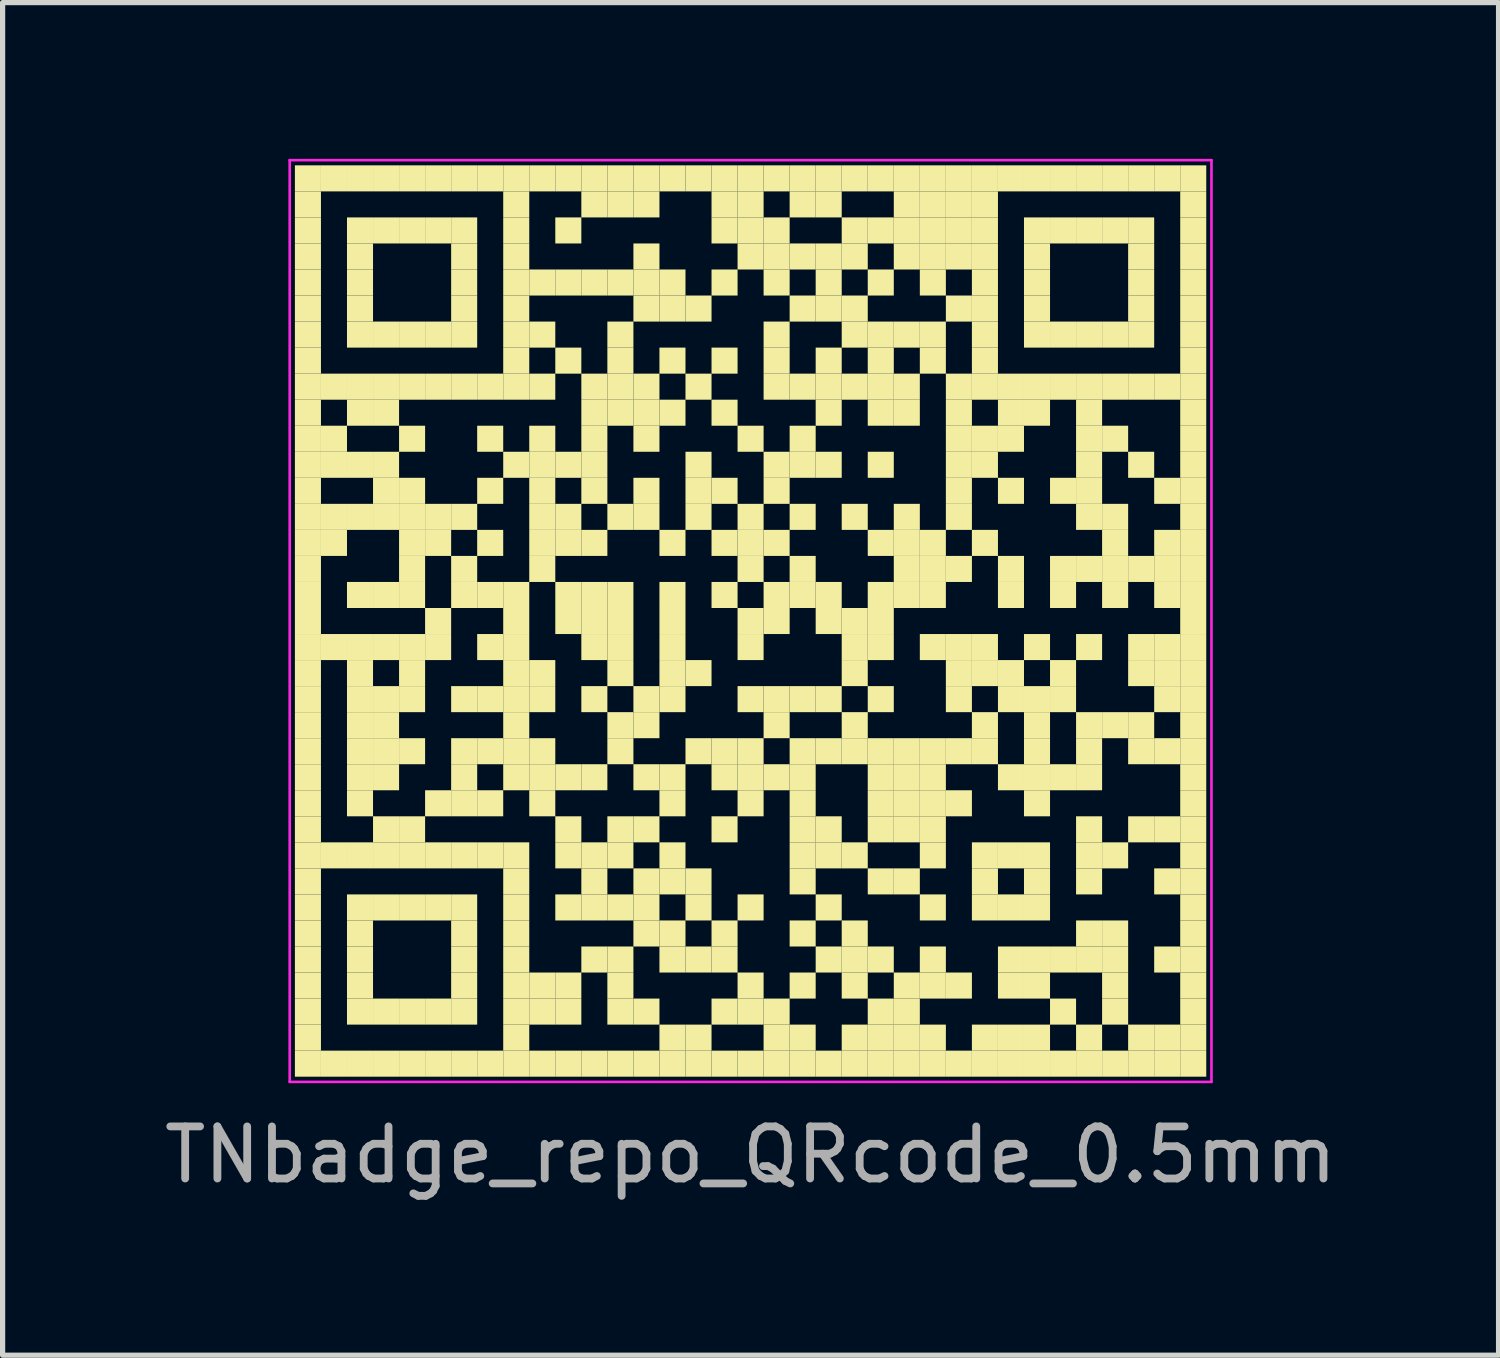
<source format=kicad_pcb>
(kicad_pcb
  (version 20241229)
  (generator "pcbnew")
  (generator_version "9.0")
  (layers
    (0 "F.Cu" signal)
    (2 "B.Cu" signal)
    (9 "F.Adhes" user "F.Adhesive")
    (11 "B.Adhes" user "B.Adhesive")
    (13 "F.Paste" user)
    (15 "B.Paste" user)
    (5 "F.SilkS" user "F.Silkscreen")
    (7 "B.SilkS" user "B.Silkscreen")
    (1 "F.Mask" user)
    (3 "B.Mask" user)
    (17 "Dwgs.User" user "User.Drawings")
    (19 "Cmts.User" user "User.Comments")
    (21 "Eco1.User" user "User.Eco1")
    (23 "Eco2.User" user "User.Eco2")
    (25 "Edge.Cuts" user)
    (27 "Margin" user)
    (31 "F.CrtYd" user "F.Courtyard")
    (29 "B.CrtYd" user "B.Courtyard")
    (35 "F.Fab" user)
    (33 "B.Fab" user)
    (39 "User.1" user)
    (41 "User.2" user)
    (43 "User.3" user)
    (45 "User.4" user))
  (footprint "TNbadge_repo_QRcode_0.5mm"
    (layer "F.Cu")
    (at 11.363 8.875)
    (property "Reference" "TNbadge_repo_QRcode_0.5mm" (at 0 10.25 0) (unlocked yes) (layer "F.Fab") (effects (font (size 1 1) (thickness 0.15))))
    (fp_rect (start -8.75 -8.75) (end -8.25 -8.25) (stroke (width 0) (type default)) (fill yes) (layer "F.SilkS"))
    (fp_rect (start -8.75 -8.25) (end -8.25 -7.75) (stroke (width 0) (type default)) (fill yes) (layer "F.SilkS"))
    (fp_rect (start -8.75 -7.75) (end -8.25 -7.25) (stroke (width 0) (type default)) (fill yes) (layer "F.SilkS"))
    (fp_rect (start -8.75 -7.25) (end -8.25 -6.75) (stroke (width 0) (type default)) (fill yes) (layer "F.SilkS"))
    (fp_rect (start -8.75 -6.75) (end -8.25 -6.25) (stroke (width 0) (type default)) (fill yes) (layer "F.SilkS"))
    (fp_rect (start -8.75 -6.25) (end -8.25 -5.75) (stroke (width 0) (type default)) (fill yes) (layer "F.SilkS"))
    (fp_rect (start -8.75 -5.75) (end -8.25 -5.25) (stroke (width 0) (type default)) (fill yes) (layer "F.SilkS"))
    (fp_rect (start -8.75 -5.25) (end -8.25 -4.75) (stroke (width 0) (type default)) (fill yes) (layer "F.SilkS"))
    (fp_rect (start -8.75 -4.75) (end -8.25 -4.25) (stroke (width 0) (type default)) (fill yes) (layer "F.SilkS"))
    (fp_rect (start -8.75 -4.25) (end -8.25 -3.75) (stroke (width 0) (type default)) (fill yes) (layer "F.SilkS"))
    (fp_rect (start -8.75 -3.75) (end -8.25 -3.25) (stroke (width 0) (type default)) (fill yes) (layer "F.SilkS"))
    (fp_rect (start -8.75 -3.25) (end -8.25 -2.75) (stroke (width 0) (type default)) (fill yes) (layer "F.SilkS"))
    (fp_rect (start -8.75 -2.75) (end -8.25 -2.25) (stroke (width 0) (type default)) (fill yes) (layer "F.SilkS"))
    (fp_rect (start -8.75 -2.25) (end -8.25 -1.75) (stroke (width 0) (type default)) (fill yes) (layer "F.SilkS"))
    (fp_rect (start -8.75 -1.75) (end -8.25 -1.25) (stroke (width 0) (type default)) (fill yes) (layer "F.SilkS"))
    (fp_rect (start -8.75 -1.25) (end -8.25 -0.75) (stroke (width 0) (type default)) (fill yes) (layer "F.SilkS"))
    (fp_rect (start -8.75 -0.75) (end -8.25 -0.25) (stroke (width 0) (type default)) (fill yes) (layer "F.SilkS"))
    (fp_rect (start -8.75 -0.25) (end -8.25 0.25) (stroke (width 0) (type default)) (fill yes) (layer "F.SilkS"))
    (fp_rect (start -8.75 0.25) (end -8.25 0.75) (stroke (width 0) (type default)) (fill yes) (layer "F.SilkS"))
    (fp_rect (start -8.75 0.75) (end -8.25 1.25) (stroke (width 0) (type default)) (fill yes) (layer "F.SilkS"))
    (fp_rect (start -8.75 1.25) (end -8.25 1.75) (stroke (width 0) (type default)) (fill yes) (layer "F.SilkS"))
    (fp_rect (start -8.75 1.75) (end -8.25 2.25) (stroke (width 0) (type default)) (fill yes) (layer "F.SilkS"))
    (fp_rect (start -8.75 2.25) (end -8.25 2.75) (stroke (width 0) (type default)) (fill yes) (layer "F.SilkS"))
    (fp_rect (start -8.75 2.75) (end -8.25 3.25) (stroke (width 0) (type default)) (fill yes) (layer "F.SilkS"))
    (fp_rect (start -8.75 3.25) (end -8.25 3.75) (stroke (width 0) (type default)) (fill yes) (layer "F.SilkS"))
    (fp_rect (start -8.75 3.75) (end -8.25 4.25) (stroke (width 0) (type default)) (fill yes) (layer "F.SilkS"))
    (fp_rect (start -8.75 4.25) (end -8.25 4.75) (stroke (width 0) (type default)) (fill yes) (layer "F.SilkS"))
    (fp_rect (start -8.75 4.75) (end -8.25 5.25) (stroke (width 0) (type default)) (fill yes) (layer "F.SilkS"))
    (fp_rect (start -8.75 5.25) (end -8.25 5.75) (stroke (width 0) (type default)) (fill yes) (layer "F.SilkS"))
    (fp_rect (start -8.75 5.75) (end -8.25 6.25) (stroke (width 0) (type default)) (fill yes) (layer "F.SilkS"))
    (fp_rect (start -8.75 6.25) (end -8.25 6.75) (stroke (width 0) (type default)) (fill yes) (layer "F.SilkS"))
    (fp_rect (start -8.75 6.75) (end -8.25 7.25) (stroke (width 0) (type default)) (fill yes) (layer "F.SilkS"))
    (fp_rect (start -8.75 7.25) (end -8.25 7.75) (stroke (width 0) (type default)) (fill yes) (layer "F.SilkS"))
    (fp_rect (start -8.75 7.75) (end -8.25 8.25) (stroke (width 0) (type default)) (fill yes) (layer "F.SilkS"))
    (fp_rect (start -8.75 8.25) (end -8.25 8.75) (stroke (width 0) (type default)) (fill yes) (layer "F.SilkS"))
    (fp_rect (start -8.25 -8.75) (end -7.75 -8.25) (stroke (width 0) (type default)) (fill yes) (layer "F.SilkS"))
    (fp_rect (start -8.25 -4.75) (end -7.75 -4.25) (stroke (width 0) (type default)) (fill yes) (layer "F.SilkS"))
    (fp_rect (start -8.25 -3.75) (end -7.75 -3.25) (stroke (width 0) (type default)) (fill yes) (layer "F.SilkS"))
    (fp_rect (start -8.25 -3.25) (end -7.75 -2.75) (stroke (width 0) (type default)) (fill yes) (layer "F.SilkS"))
    (fp_rect (start -8.25 -2.25) (end -7.75 -1.75) (stroke (width 0) (type default)) (fill yes) (layer "F.SilkS"))
    (fp_rect (start -8.25 -1.75) (end -7.75 -1.25) (stroke (width 0) (type default)) (fill yes) (layer "F.SilkS"))
    (fp_rect (start -8.25 0.25) (end -7.75 0.75) (stroke (width 0) (type default)) (fill yes) (layer "F.SilkS"))
    (fp_rect (start -8.25 4.25) (end -7.75 4.75) (stroke (width 0) (type default)) (fill yes) (layer "F.SilkS"))
    (fp_rect (start -8.25 8.25) (end -7.75 8.75) (stroke (width 0) (type default)) (fill yes) (layer "F.SilkS"))
    (fp_rect (start -7.75 -8.75) (end -7.25 -8.25) (stroke (width 0) (type default)) (fill yes) (layer "F.SilkS"))
    (fp_rect (start -7.75 -7.75) (end -7.25 -7.25) (stroke (width 0) (type default)) (fill yes) (layer "F.SilkS"))
    (fp_rect (start -7.75 -7.25) (end -7.25 -6.75) (stroke (width 0) (type default)) (fill yes) (layer "F.SilkS"))
    (fp_rect (start -7.75 -6.75) (end -7.25 -6.25) (stroke (width 0) (type default)) (fill yes) (layer "F.SilkS"))
    (fp_rect (start -7.75 -6.25) (end -7.25 -5.75) (stroke (width 0) (type default)) (fill yes) (layer "F.SilkS"))
    (fp_rect (start -7.75 -5.75) (end -7.25 -5.25) (stroke (width 0) (type default)) (fill yes) (layer "F.SilkS"))
    (fp_rect (start -7.75 -4.75) (end -7.25 -4.25) (stroke (width 0) (type default)) (fill yes) (layer "F.SilkS"))
    (fp_rect (start -7.75 -4.25) (end -7.25 -3.75) (stroke (width 0) (type default)) (fill yes) (layer "F.SilkS"))
    (fp_rect (start -7.75 -3.25) (end -7.25 -2.75) (stroke (width 0) (type default)) (fill yes) (layer "F.SilkS"))
    (fp_rect (start -7.75 -2.25) (end -7.25 -1.75) (stroke (width 0) (type default)) (fill yes) (layer "F.SilkS"))
    (fp_rect (start -7.75 -0.75) (end -7.25 -0.25) (stroke (width 0) (type default)) (fill yes) (layer "F.SilkS"))
    (fp_rect (start -7.75 0.25) (end -7.25 0.75) (stroke (width 0) (type default)) (fill yes) (layer "F.SilkS"))
    (fp_rect (start -7.75 0.75) (end -7.25 1.25) (stroke (width 0) (type default)) (fill yes) (layer "F.SilkS"))
    (fp_rect (start -7.75 1.25) (end -7.25 1.75) (stroke (width 0) (type default)) (fill yes) (layer "F.SilkS"))
    (fp_rect (start -7.75 1.75) (end -7.25 2.25) (stroke (width 0) (type default)) (fill yes) (layer "F.SilkS"))
    (fp_rect (start -7.75 2.25) (end -7.25 2.75) (stroke (width 0) (type default)) (fill yes) (layer "F.SilkS"))
    (fp_rect (start -7.75 2.75) (end -7.25 3.25) (stroke (width 0) (type default)) (fill yes) (layer "F.SilkS"))
    (fp_rect (start -7.75 3.25) (end -7.25 3.75) (stroke (width 0) (type default)) (fill yes) (layer "F.SilkS"))
    (fp_rect (start -7.75 4.25) (end -7.25 4.75) (stroke (width 0) (type default)) (fill yes) (layer "F.SilkS"))
    (fp_rect (start -7.75 5.25) (end -7.25 5.75) (stroke (width 0) (type default)) (fill yes) (layer "F.SilkS"))
    (fp_rect (start -7.75 5.75) (end -7.25 6.25) (stroke (width 0) (type default)) (fill yes) (layer "F.SilkS"))
    (fp_rect (start -7.75 6.25) (end -7.25 6.75) (stroke (width 0) (type default)) (fill yes) (layer "F.SilkS"))
    (fp_rect (start -7.75 6.75) (end -7.25 7.25) (stroke (width 0) (type default)) (fill yes) (layer "F.SilkS"))
    (fp_rect (start -7.75 7.25) (end -7.25 7.75) (stroke (width 0) (type default)) (fill yes) (layer "F.SilkS"))
    (fp_rect (start -7.75 8.25) (end -7.25 8.75) (stroke (width 0) (type default)) (fill yes) (layer "F.SilkS"))
    (fp_rect (start -7.25 -8.75) (end -6.75 -8.25) (stroke (width 0) (type default)) (fill yes) (layer "F.SilkS"))
    (fp_rect (start -7.25 -7.75) (end -6.75 -7.25) (stroke (width 0) (type default)) (fill yes) (layer "F.SilkS"))
    (fp_rect (start -7.25 -5.75) (end -6.75 -5.25) (stroke (width 0) (type default)) (fill yes) (layer "F.SilkS"))
    (fp_rect (start -7.25 -4.75) (end -6.75 -4.25) (stroke (width 0) (type default)) (fill yes) (layer "F.SilkS"))
    (fp_rect (start -7.25 -4.25) (end -6.75 -3.75) (stroke (width 0) (type default)) (fill yes) (layer "F.SilkS"))
    (fp_rect (start -7.25 -3.25) (end -6.75 -2.75) (stroke (width 0) (type default)) (fill yes) (layer "F.SilkS"))
    (fp_rect (start -7.25 -2.75) (end -6.75 -2.25) (stroke (width 0) (type default)) (fill yes) (layer "F.SilkS"))
    (fp_rect (start -7.25 -2.25) (end -6.75 -1.75) (stroke (width 0) (type default)) (fill yes) (layer "F.SilkS"))
    (fp_rect (start -7.25 -0.75) (end -6.75 -0.25) (stroke (width 0) (type default)) (fill yes) (layer "F.SilkS"))
    (fp_rect (start -7.25 0.25) (end -6.75 0.75) (stroke (width 0) (type default)) (fill yes) (layer "F.SilkS"))
    (fp_rect (start -7.25 1.25) (end -6.75 1.75) (stroke (width 0) (type default)) (fill yes) (layer "F.SilkS"))
    (fp_rect (start -7.25 1.75) (end -6.75 2.25) (stroke (width 0) (type default)) (fill yes) (layer "F.SilkS"))
    (fp_rect (start -7.25 2.25) (end -6.75 2.75) (stroke (width 0) (type default)) (fill yes) (layer "F.SilkS"))
    (fp_rect (start -7.25 2.75) (end -6.75 3.25) (stroke (width 0) (type default)) (fill yes) (layer "F.SilkS"))
    (fp_rect (start -7.25 3.75) (end -6.75 4.25) (stroke (width 0) (type default)) (fill yes) (layer "F.SilkS"))
    (fp_rect (start -7.25 4.25) (end -6.75 4.75) (stroke (width 0) (type default)) (fill yes) (layer "F.SilkS"))
    (fp_rect (start -7.25 5.25) (end -6.75 5.75) (stroke (width 0) (type default)) (fill yes) (layer "F.SilkS"))
    (fp_rect (start -7.25 7.25) (end -6.75 7.75) (stroke (width 0) (type default)) (fill yes) (layer "F.SilkS"))
    (fp_rect (start -7.25 8.25) (end -6.75 8.75) (stroke (width 0) (type default)) (fill yes) (layer "F.SilkS"))
    (fp_rect (start -6.75 -8.75) (end -6.25 -8.25) (stroke (width 0) (type default)) (fill yes) (layer "F.SilkS"))
    (fp_rect (start -6.75 -7.75) (end -6.25 -7.25) (stroke (width 0) (type default)) (fill yes) (layer "F.SilkS"))
    (fp_rect (start -6.75 -5.75) (end -6.25 -5.25) (stroke (width 0) (type default)) (fill yes) (layer "F.SilkS"))
    (fp_rect (start -6.75 -4.75) (end -6.25 -4.25) (stroke (width 0) (type default)) (fill yes) (layer "F.SilkS"))
    (fp_rect (start -6.75 -3.75) (end -6.25 -3.25) (stroke (width 0) (type default)) (fill yes) (layer "F.SilkS"))
    (fp_rect (start -6.75 -2.75) (end -6.25 -2.25) (stroke (width 0) (type default)) (fill yes) (layer "F.SilkS"))
    (fp_rect (start -6.75 -2.25) (end -6.25 -1.75) (stroke (width 0) (type default)) (fill yes) (layer "F.SilkS"))
    (fp_rect (start -6.75 -1.75) (end -6.25 -1.25) (stroke (width 0) (type default)) (fill yes) (layer "F.SilkS"))
    (fp_rect (start -6.75 -1.25) (end -6.25 -0.75) (stroke (width 0) (type default)) (fill yes) (layer "F.SilkS"))
    (fp_rect (start -6.75 -0.75) (end -6.25 -0.25) (stroke (width 0) (type default)) (fill yes) (layer "F.SilkS"))
    (fp_rect (start -6.75 0.25) (end -6.25 0.75) (stroke (width 0) (type default)) (fill yes) (layer "F.SilkS"))
    (fp_rect (start -6.75 0.75) (end -6.25 1.25) (stroke (width 0) (type default)) (fill yes) (layer "F.SilkS"))
    (fp_rect (start -6.75 1.25) (end -6.25 1.75) (stroke (width 0) (type default)) (fill yes) (layer "F.SilkS"))
    (fp_rect (start -6.75 2.25) (end -6.25 2.75) (stroke (width 0) (type default)) (fill yes) (layer "F.SilkS"))
    (fp_rect (start -6.75 3.75) (end -6.25 4.25) (stroke (width 0) (type default)) (fill yes) (layer "F.SilkS"))
    (fp_rect (start -6.75 4.25) (end -6.25 4.75) (stroke (width 0) (type default)) (fill yes) (layer "F.SilkS"))
    (fp_rect (start -6.75 5.25) (end -6.25 5.75) (stroke (width 0) (type default)) (fill yes) (layer "F.SilkS"))
    (fp_rect (start -6.75 7.25) (end -6.25 7.75) (stroke (width 0) (type default)) (fill yes) (layer "F.SilkS"))
    (fp_rect (start -6.75 8.25) (end -6.25 8.75) (stroke (width 0) (type default)) (fill yes) (layer "F.SilkS"))
    (fp_rect (start -6.25 -8.75) (end -5.75 -8.25) (stroke (width 0) (type default)) (fill yes) (layer "F.SilkS"))
    (fp_rect (start -6.25 -7.75) (end -5.75 -7.25) (stroke (width 0) (type default)) (fill yes) (layer "F.SilkS"))
    (fp_rect (start -6.25 -5.75) (end -5.75 -5.25) (stroke (width 0) (type default)) (fill yes) (layer "F.SilkS"))
    (fp_rect (start -6.25 -4.75) (end -5.75 -4.25) (stroke (width 0) (type default)) (fill yes) (layer "F.SilkS"))
    (fp_rect (start -6.25 -2.25) (end -5.75 -1.75) (stroke (width 0) (type default)) (fill yes) (layer "F.SilkS"))
    (fp_rect (start -6.25 -1.75) (end -5.75 -1.25) (stroke (width 0) (type default)) (fill yes) (layer "F.SilkS"))
    (fp_rect (start -6.25 -0.25) (end -5.75 0.25) (stroke (width 0) (type default)) (fill yes) (layer "F.SilkS"))
    (fp_rect (start -6.25 0.25) (end -5.75 0.75) (stroke (width 0) (type default)) (fill yes) (layer "F.SilkS"))
    (fp_rect (start -6.25 3.25) (end -5.75 3.75) (stroke (width 0) (type default)) (fill yes) (layer "F.SilkS"))
    (fp_rect (start -6.25 4.25) (end -5.75 4.75) (stroke (width 0) (type default)) (fill yes) (layer "F.SilkS"))
    (fp_rect (start -6.25 5.25) (end -5.75 5.75) (stroke (width 0) (type default)) (fill yes) (layer "F.SilkS"))
    (fp_rect (start -6.25 7.25) (end -5.75 7.75) (stroke (width 0) (type default)) (fill yes) (layer "F.SilkS"))
    (fp_rect (start -6.25 8.25) (end -5.75 8.75) (stroke (width 0) (type default)) (fill yes) (layer "F.SilkS"))
    (fp_rect (start -5.75 -8.75) (end -5.25 -8.25) (stroke (width 0) (type default)) (fill yes) (layer "F.SilkS"))
    (fp_rect (start -5.75 -7.75) (end -5.25 -7.25) (stroke (width 0) (type default)) (fill yes) (layer "F.SilkS"))
    (fp_rect (start -5.75 -7.25) (end -5.25 -6.75) (stroke (width 0) (type default)) (fill yes) (layer "F.SilkS"))
    (fp_rect (start -5.75 -6.75) (end -5.25 -6.25) (stroke (width 0) (type default)) (fill yes) (layer "F.SilkS"))
    (fp_rect (start -5.75 -6.25) (end -5.25 -5.75) (stroke (width 0) (type default)) (fill yes) (layer "F.SilkS"))
    (fp_rect (start -5.75 -5.75) (end -5.25 -5.25) (stroke (width 0) (type default)) (fill yes) (layer "F.SilkS"))
    (fp_rect (start -5.75 -4.75) (end -5.25 -4.25) (stroke (width 0) (type default)) (fill yes) (layer "F.SilkS"))
    (fp_rect (start -5.75 -2.25) (end -5.25 -1.75) (stroke (width 0) (type default)) (fill yes) (layer "F.SilkS"))
    (fp_rect (start -5.75 -1.25) (end -5.25 -0.75) (stroke (width 0) (type default)) (fill yes) (layer "F.SilkS"))
    (fp_rect (start -5.75 -0.75) (end -5.25 -0.25) (stroke (width 0) (type default)) (fill yes) (layer "F.SilkS"))
    (fp_rect (start -5.75 1.25) (end -5.25 1.75) (stroke (width 0) (type default)) (fill yes) (layer "F.SilkS"))
    (fp_rect (start -5.75 2.25) (end -5.25 2.75) (stroke (width 0) (type default)) (fill yes) (layer "F.SilkS"))
    (fp_rect (start -5.75 2.75) (end -5.25 3.25) (stroke (width 0) (type default)) (fill yes) (layer "F.SilkS"))
    (fp_rect (start -5.75 3.25) (end -5.25 3.75) (stroke (width 0) (type default)) (fill yes) (layer "F.SilkS"))
    (fp_rect (start -5.75 4.25) (end -5.25 4.75) (stroke (width 0) (type default)) (fill yes) (layer "F.SilkS"))
    (fp_rect (start -5.75 5.25) (end -5.25 5.75) (stroke (width 0) (type default)) (fill yes) (layer "F.SilkS"))
    (fp_rect (start -5.75 5.75) (end -5.25 6.25) (stroke (width 0) (type default)) (fill yes) (layer "F.SilkS"))
    (fp_rect (start -5.75 6.25) (end -5.25 6.75) (stroke (width 0) (type default)) (fill yes) (layer "F.SilkS"))
    (fp_rect (start -5.75 6.75) (end -5.25 7.25) (stroke (width 0) (type default)) (fill yes) (layer "F.SilkS"))
    (fp_rect (start -5.75 7.25) (end -5.25 7.75) (stroke (width 0) (type default)) (fill yes) (layer "F.SilkS"))
    (fp_rect (start -5.75 8.25) (end -5.25 8.75) (stroke (width 0) (type default)) (fill yes) (layer "F.SilkS"))
    (fp_rect (start -5.25 -8.75) (end -4.75 -8.25) (stroke (width 0) (type default)) (fill yes) (layer "F.SilkS"))
    (fp_rect (start -5.25 -4.75) (end -4.75 -4.25) (stroke (width 0) (type default)) (fill yes) (layer "F.SilkS"))
    (fp_rect (start -5.25 -3.75) (end -4.75 -3.25) (stroke (width 0) (type default)) (fill yes) (layer "F.SilkS"))
    (fp_rect (start -5.25 -2.75) (end -4.75 -2.25) (stroke (width 0) (type default)) (fill yes) (layer "F.SilkS"))
    (fp_rect (start -5.25 -1.75) (end -4.75 -1.25) (stroke (width 0) (type default)) (fill yes) (layer "F.SilkS"))
    (fp_rect (start -5.25 -0.75) (end -4.75 -0.25) (stroke (width 0) (type default)) (fill yes) (layer "F.SilkS"))
    (fp_rect (start -5.25 0.25) (end -4.75 0.75) (stroke (width 0) (type default)) (fill yes) (layer "F.SilkS"))
    (fp_rect (start -5.25 1.25) (end -4.75 1.75) (stroke (width 0) (type default)) (fill yes) (layer "F.SilkS"))
    (fp_rect (start -5.25 2.25) (end -4.75 2.75) (stroke (width 0) (type default)) (fill yes) (layer "F.SilkS"))
    (fp_rect (start -5.25 3.25) (end -4.75 3.75) (stroke (width 0) (type default)) (fill yes) (layer "F.SilkS"))
    (fp_rect (start -5.25 4.25) (end -4.75 4.75) (stroke (width 0) (type default)) (fill yes) (layer "F.SilkS"))
    (fp_rect (start -5.25 8.25) (end -4.75 8.75) (stroke (width 0) (type default)) (fill yes) (layer "F.SilkS"))
    (fp_rect (start -4.75 -8.75) (end -4.25 -8.25) (stroke (width 0) (type default)) (fill yes) (layer "F.SilkS"))
    (fp_rect (start -4.75 -8.25) (end -4.25 -7.75) (stroke (width 0) (type default)) (fill yes) (layer "F.SilkS"))
    (fp_rect (start -4.75 -7.75) (end -4.25 -7.25) (stroke (width 0) (type default)) (fill yes) (layer "F.SilkS"))
    (fp_rect (start -4.75 -7.25) (end -4.25 -6.75) (stroke (width 0) (type default)) (fill yes) (layer "F.SilkS"))
    (fp_rect (start -4.75 -6.75) (end -4.25 -6.25) (stroke (width 0) (type default)) (fill yes) (layer "F.SilkS"))
    (fp_rect (start -4.75 -6.25) (end -4.25 -5.75) (stroke (width 0) (type default)) (fill yes) (layer "F.SilkS"))
    (fp_rect (start -4.75 -5.75) (end -4.25 -5.25) (stroke (width 0) (type default)) (fill yes) (layer "F.SilkS"))
    (fp_rect (start -4.75 -5.25) (end -4.25 -4.75) (stroke (width 0) (type default)) (fill yes) (layer "F.SilkS"))
    (fp_rect (start -4.75 -4.75) (end -4.25 -4.25) (stroke (width 0) (type default)) (fill yes) (layer "F.SilkS"))
    (fp_rect (start -4.75 -3.25) (end -4.25 -2.75) (stroke (width 0) (type default)) (fill yes) (layer "F.SilkS"))
    (fp_rect (start -4.75 -0.75) (end -4.25 -0.25) (stroke (width 0) (type default)) (fill yes) (layer "F.SilkS"))
    (fp_rect (start -4.75 -0.25) (end -4.25 0.25) (stroke (width 0) (type default)) (fill yes) (layer "F.SilkS"))
    (fp_rect (start -4.75 0.25) (end -4.25 0.75) (stroke (width 0) (type default)) (fill yes) (layer "F.SilkS"))
    (fp_rect (start -4.75 0.75) (end -4.25 1.25) (stroke (width 0) (type default)) (fill yes) (layer "F.SilkS"))
    (fp_rect (start -4.75 1.25) (end -4.25 1.75) (stroke (width 0) (type default)) (fill yes) (layer "F.SilkS"))
    (fp_rect (start -4.75 1.75) (end -4.25 2.25) (stroke (width 0) (type default)) (fill yes) (layer "F.SilkS"))
    (fp_rect (start -4.75 2.25) (end -4.25 2.75) (stroke (width 0) (type default)) (fill yes) (layer "F.SilkS"))
    (fp_rect (start -4.75 2.75) (end -4.25 3.25) (stroke (width 0) (type default)) (fill yes) (layer "F.SilkS"))
    (fp_rect (start -4.75 4.25) (end -4.25 4.75) (stroke (width 0) (type default)) (fill yes) (layer "F.SilkS"))
    (fp_rect (start -4.75 4.75) (end -4.25 5.25) (stroke (width 0) (type default)) (fill yes) (layer "F.SilkS"))
    (fp_rect (start -4.75 5.25) (end -4.25 5.75) (stroke (width 0) (type default)) (fill yes) (layer "F.SilkS"))
    (fp_rect (start -4.75 5.75) (end -4.25 6.25) (stroke (width 0) (type default)) (fill yes) (layer "F.SilkS"))
    (fp_rect (start -4.75 6.25) (end -4.25 6.75) (stroke (width 0) (type default)) (fill yes) (layer "F.SilkS"))
    (fp_rect (start -4.75 6.75) (end -4.25 7.25) (stroke (width 0) (type default)) (fill yes) (layer "F.SilkS"))
    (fp_rect (start -4.75 7.25) (end -4.25 7.75) (stroke (width 0) (type default)) (fill yes) (layer "F.SilkS"))
    (fp_rect (start -4.75 7.75) (end -4.25 8.25) (stroke (width 0) (type default)) (fill yes) (layer "F.SilkS"))
    (fp_rect (start -4.75 8.25) (end -4.25 8.75) (stroke (width 0) (type default)) (fill yes) (layer "F.SilkS"))
    (fp_rect (start -4.25 -8.75) (end -3.75 -8.25) (stroke (width 0) (type default)) (fill yes) (layer "F.SilkS"))
    (fp_rect (start -4.25 -6.75) (end -3.75 -6.25) (stroke (width 0) (type default)) (fill yes) (layer "F.SilkS"))
    (fp_rect (start -4.25 -5.75) (end -3.75 -5.25) (stroke (width 0) (type default)) (fill yes) (layer "F.SilkS"))
    (fp_rect (start -4.25 -4.75) (end -3.75 -4.25) (stroke (width 0) (type default)) (fill yes) (layer "F.SilkS"))
    (fp_rect (start -4.25 -3.75) (end -3.75 -3.25) (stroke (width 0) (type default)) (fill yes) (layer "F.SilkS"))
    (fp_rect (start -4.25 -3.25) (end -3.75 -2.75) (stroke (width 0) (type default)) (fill yes) (layer "F.SilkS"))
    (fp_rect (start -4.25 -2.75) (end -3.75 -2.25) (stroke (width 0) (type default)) (fill yes) (layer "F.SilkS"))
    (fp_rect (start -4.25 -2.25) (end -3.75 -1.75) (stroke (width 0) (type default)) (fill yes) (layer "F.SilkS"))
    (fp_rect (start -4.25 -1.75) (end -3.75 -1.25) (stroke (width 0) (type default)) (fill yes) (layer "F.SilkS"))
    (fp_rect (start -4.25 -1.25) (end -3.75 -0.75) (stroke (width 0) (type default)) (fill yes) (layer "F.SilkS"))
    (fp_rect (start -4.25 0.75) (end -3.75 1.25) (stroke (width 0) (type default)) (fill yes) (layer "F.SilkS"))
    (fp_rect (start -4.25 1.25) (end -3.75 1.75) (stroke (width 0) (type default)) (fill yes) (layer "F.SilkS"))
    (fp_rect (start -4.25 2.25) (end -3.75 2.75) (stroke (width 0) (type default)) (fill yes) (layer "F.SilkS"))
    (fp_rect (start -4.25 2.75) (end -3.75 3.25) (stroke (width 0) (type default)) (fill yes) (layer "F.SilkS"))
    (fp_rect (start -4.25 3.25) (end -3.75 3.75) (stroke (width 0) (type default)) (fill yes) (layer "F.SilkS"))
    (fp_rect (start -4.25 6.75) (end -3.75 7.25) (stroke (width 0) (type default)) (fill yes) (layer "F.SilkS"))
    (fp_rect (start -4.25 7.25) (end -3.75 7.75) (stroke (width 0) (type default)) (fill yes) (layer "F.SilkS"))
    (fp_rect (start -4.25 8.25) (end -3.75 8.75) (stroke (width 0) (type default)) (fill yes) (layer "F.SilkS"))
    (fp_rect (start -3.75 -8.75) (end -3.25 -8.25) (stroke (width 0) (type default)) (fill yes) (layer "F.SilkS"))
    (fp_rect (start -3.75 -7.75) (end -3.25 -7.25) (stroke (width 0) (type default)) (fill yes) (layer "F.SilkS"))
    (fp_rect (start -3.75 -6.75) (end -3.25 -6.25) (stroke (width 0) (type default)) (fill yes) (layer "F.SilkS"))
    (fp_rect (start -3.75 -5.25) (end -3.25 -4.75) (stroke (width 0) (type default)) (fill yes) (layer "F.SilkS"))
    (fp_rect (start -3.75 -3.25) (end -3.25 -2.75) (stroke (width 0) (type default)) (fill yes) (layer "F.SilkS"))
    (fp_rect (start -3.75 -2.25) (end -3.25 -1.75) (stroke (width 0) (type default)) (fill yes) (layer "F.SilkS"))
    (fp_rect (start -3.75 -1.75) (end -3.25 -1.25) (stroke (width 0) (type default)) (fill yes) (layer "F.SilkS"))
    (fp_rect (start -3.75 -0.75) (end -3.25 -0.25) (stroke (width 0) (type default)) (fill yes) (layer "F.SilkS"))
    (fp_rect (start -3.75 -0.25) (end -3.25 0.25) (stroke (width 0) (type default)) (fill yes) (layer "F.SilkS"))
    (fp_rect (start -3.75 2.75) (end -3.25 3.25) (stroke (width 0) (type default)) (fill yes) (layer "F.SilkS"))
    (fp_rect (start -3.75 3.75) (end -3.25 4.25) (stroke (width 0) (type default)) (fill yes) (layer "F.SilkS"))
    (fp_rect (start -3.75 4.25) (end -3.25 4.75) (stroke (width 0) (type default)) (fill yes) (layer "F.SilkS"))
    (fp_rect (start -3.75 5.25) (end -3.25 5.75) (stroke (width 0) (type default)) (fill yes) (layer "F.SilkS"))
    (fp_rect (start -3.75 6.75) (end -3.25 7.25) (stroke (width 0) (type default)) (fill yes) (layer "F.SilkS"))
    (fp_rect (start -3.75 7.25) (end -3.25 7.75) (stroke (width 0) (type default)) (fill yes) (layer "F.SilkS"))
    (fp_rect (start -3.75 8.25) (end -3.25 8.75) (stroke (width 0) (type default)) (fill yes) (layer "F.SilkS"))
    (fp_rect (start -3.25 -8.75) (end -2.75 -8.25) (stroke (width 0) (type default)) (fill yes) (layer "F.SilkS"))
    (fp_rect (start -3.25 -8.25) (end -2.75 -7.75) (stroke (width 0) (type default)) (fill yes) (layer "F.SilkS"))
    (fp_rect (start -3.25 -6.75) (end -2.75 -6.25) (stroke (width 0) (type default)) (fill yes) (layer "F.SilkS"))
    (fp_rect (start -3.25 -4.75) (end -2.75 -4.25) (stroke (width 0) (type default)) (fill yes) (layer "F.SilkS"))
    (fp_rect (start -3.25 -4.25) (end -2.75 -3.75) (stroke (width 0) (type default)) (fill yes) (layer "F.SilkS"))
    (fp_rect (start -3.25 -3.75) (end -2.75 -3.25) (stroke (width 0) (type default)) (fill yes) (layer "F.SilkS"))
    (fp_rect (start -3.25 -3.25) (end -2.75 -2.75) (stroke (width 0) (type default)) (fill yes) (layer "F.SilkS"))
    (fp_rect (start -3.25 -2.75) (end -2.75 -2.25) (stroke (width 0) (type default)) (fill yes) (layer "F.SilkS"))
    (fp_rect (start -3.25 -1.75) (end -2.75 -1.25) (stroke (width 0) (type default)) (fill yes) (layer "F.SilkS"))
    (fp_rect (start -3.25 -0.75) (end -2.75 -0.25) (stroke (width 0) (type default)) (fill yes) (layer "F.SilkS"))
    (fp_rect (start -3.25 -0.25) (end -2.75 0.25) (stroke (width 0) (type default)) (fill yes) (layer "F.SilkS"))
    (fp_rect (start -3.25 0.25) (end -2.75 0.75) (stroke (width 0) (type default)) (fill yes) (layer "F.SilkS"))
    (fp_rect (start -3.25 1.25) (end -2.75 1.75) (stroke (width 0) (type default)) (fill yes) (layer "F.SilkS"))
    (fp_rect (start -3.25 2.75) (end -2.75 3.25) (stroke (width 0) (type default)) (fill yes) (layer "F.SilkS"))
    (fp_rect (start -3.25 4.25) (end -2.75 4.75) (stroke (width 0) (type default)) (fill yes) (layer "F.SilkS"))
    (fp_rect (start -3.25 4.75) (end -2.75 5.25) (stroke (width 0) (type default)) (fill yes) (layer "F.SilkS"))
    (fp_rect (start -3.25 5.25) (end -2.75 5.75) (stroke (width 0) (type default)) (fill yes) (layer "F.SilkS"))
    (fp_rect (start -3.25 6.25) (end -2.75 6.75) (stroke (width 0) (type default)) (fill yes) (layer "F.SilkS"))
    (fp_rect (start -3.25 8.25) (end -2.75 8.75) (stroke (width 0) (type default)) (fill yes) (layer "F.SilkS"))
    (fp_rect (start -2.75 -8.75) (end -2.25 -8.25) (stroke (width 0) (type default)) (fill yes) (layer "F.SilkS"))
    (fp_rect (start -2.75 -8.25) (end -2.25 -7.75) (stroke (width 0) (type default)) (fill yes) (layer "F.SilkS"))
    (fp_rect (start -2.75 -6.75) (end -2.25 -6.25) (stroke (width 0) (type default)) (fill yes) (layer "F.SilkS"))
    (fp_rect (start -2.75 -5.75) (end -2.25 -5.25) (stroke (width 0) (type default)) (fill yes) (layer "F.SilkS"))
    (fp_rect (start -2.75 -5.25) (end -2.25 -4.75) (stroke (width 0) (type default)) (fill yes) (layer "F.SilkS"))
    (fp_rect (start -2.75 -4.75) (end -2.25 -4.25) (stroke (width 0) (type default)) (fill yes) (layer "F.SilkS"))
    (fp_rect (start -2.75 -4.25) (end -2.25 -3.75) (stroke (width 0) (type default)) (fill yes) (layer "F.SilkS"))
    (fp_rect (start -2.75 -2.25) (end -2.25 -1.75) (stroke (width 0) (type default)) (fill yes) (layer "F.SilkS"))
    (fp_rect (start -2.75 -0.75) (end -2.25 -0.25) (stroke (width 0) (type default)) (fill yes) (layer "F.SilkS"))
    (fp_rect (start -2.75 -0.25) (end -2.25 0.25) (stroke (width 0) (type default)) (fill yes) (layer "F.SilkS"))
    (fp_rect (start -2.75 0.25) (end -2.25 0.75) (stroke (width 0) (type default)) (fill yes) (layer "F.SilkS"))
    (fp_rect (start -2.75 0.75) (end -2.25 1.25) (stroke (width 0) (type default)) (fill yes) (layer "F.SilkS"))
    (fp_rect (start -2.75 1.75) (end -2.25 2.25) (stroke (width 0) (type default)) (fill yes) (layer "F.SilkS"))
    (fp_rect (start -2.75 2.25) (end -2.25 2.75) (stroke (width 0) (type default)) (fill yes) (layer "F.SilkS"))
    (fp_rect (start -2.75 3.75) (end -2.25 4.25) (stroke (width 0) (type default)) (fill yes) (layer "F.SilkS"))
    (fp_rect (start -2.75 4.25) (end -2.25 4.75) (stroke (width 0) (type default)) (fill yes) (layer "F.SilkS"))
    (fp_rect (start -2.75 5.25) (end -2.25 5.75) (stroke (width 0) (type default)) (fill yes) (layer "F.SilkS"))
    (fp_rect (start -2.75 6.25) (end -2.25 6.75) (stroke (width 0) (type default)) (fill yes) (layer "F.SilkS"))
    (fp_rect (start -2.75 6.75) (end -2.25 7.25) (stroke (width 0) (type default)) (fill yes) (layer "F.SilkS"))
    (fp_rect (start -2.75 7.25) (end -2.25 7.75) (stroke (width 0) (type default)) (fill yes) (layer "F.SilkS"))
    (fp_rect (start -2.75 8.25) (end -2.25 8.75) (stroke (width 0) (type default)) (fill yes) (layer "F.SilkS"))
    (fp_rect (start -2.25 -8.75) (end -1.75 -8.25) (stroke (width 0) (type default)) (fill yes) (layer "F.SilkS"))
    (fp_rect (start -2.25 -8.25) (end -1.75 -7.75) (stroke (width 0) (type default)) (fill yes) (layer "F.SilkS"))
    (fp_rect (start -2.25 -7.25) (end -1.75 -6.75) (stroke (width 0) (type default)) (fill yes) (layer "F.SilkS"))
    (fp_rect (start -2.25 -6.75) (end -1.75 -6.25) (stroke (width 0) (type default)) (fill yes) (layer "F.SilkS"))
    (fp_rect (start -2.25 -6.25) (end -1.75 -5.75) (stroke (width 0) (type default)) (fill yes) (layer "F.SilkS"))
    (fp_rect (start -2.25 -4.75) (end -1.75 -4.25) (stroke (width 0) (type default)) (fill yes) (layer "F.SilkS"))
    (fp_rect (start -2.25 -4.25) (end -1.75 -3.75) (stroke (width 0) (type default)) (fill yes) (layer "F.SilkS"))
    (fp_rect (start -2.25 -3.75) (end -1.75 -3.25) (stroke (width 0) (type default)) (fill yes) (layer "F.SilkS"))
    (fp_rect (start -2.25 -2.75) (end -1.75 -2.25) (stroke (width 0) (type default)) (fill yes) (layer "F.SilkS"))
    (fp_rect (start -2.25 -2.25) (end -1.75 -1.75) (stroke (width 0) (type default)) (fill yes) (layer "F.SilkS"))
    (fp_rect (start -2.25 1.25) (end -1.75 1.75) (stroke (width 0) (type default)) (fill yes) (layer "F.SilkS"))
    (fp_rect (start -2.25 1.75) (end -1.75 2.25) (stroke (width 0) (type default)) (fill yes) (layer "F.SilkS"))
    (fp_rect (start -2.25 2.75) (end -1.75 3.25) (stroke (width 0) (type default)) (fill yes) (layer "F.SilkS"))
    (fp_rect (start -2.25 3.75) (end -1.75 4.25) (stroke (width 0) (type default)) (fill yes) (layer "F.SilkS"))
    (fp_rect (start -2.25 4.75) (end -1.75 5.25) (stroke (width 0) (type default)) (fill yes) (layer "F.SilkS"))
    (fp_rect (start -2.25 5.25) (end -1.75 5.75) (stroke (width 0) (type default)) (fill yes) (layer "F.SilkS"))
    (fp_rect (start -2.25 5.75) (end -1.75 6.25) (stroke (width 0) (type default)) (fill yes) (layer "F.SilkS"))
    (fp_rect (start -2.25 7.25) (end -1.75 7.75) (stroke (width 0) (type default)) (fill yes) (layer "F.SilkS"))
    (fp_rect (start -2.25 8.25) (end -1.75 8.75) (stroke (width 0) (type default)) (fill yes) (layer "F.SilkS"))
    (fp_rect (start -1.75 -8.75) (end -1.25 -8.25) (stroke (width 0) (type default)) (fill yes) (layer "F.SilkS"))
    (fp_rect (start -1.75 -6.75) (end -1.25 -6.25) (stroke (width 0) (type default)) (fill yes) (layer "F.SilkS"))
    (fp_rect (start -1.75 -6.25) (end -1.25 -5.75) (stroke (width 0) (type default)) (fill yes) (layer "F.SilkS"))
    (fp_rect (start -1.75 -5.25) (end -1.25 -4.75) (stroke (width 0) (type default)) (fill yes) (layer "F.SilkS"))
    (fp_rect (start -1.75 -4.25) (end -1.25 -3.75) (stroke (width 0) (type default)) (fill yes) (layer "F.SilkS"))
    (fp_rect (start -1.75 -1.75) (end -1.25 -1.25) (stroke (width 0) (type default)) (fill yes) (layer "F.SilkS"))
    (fp_rect (start -1.75 -0.75) (end -1.25 -0.25) (stroke (width 0) (type default)) (fill yes) (layer "F.SilkS"))
    (fp_rect (start -1.75 -0.25) (end -1.25 0.25) (stroke (width 0) (type default)) (fill yes) (layer "F.SilkS"))
    (fp_rect (start -1.75 0.25) (end -1.25 0.75) (stroke (width 0) (type default)) (fill yes) (layer "F.SilkS"))
    (fp_rect (start -1.75 0.75) (end -1.25 1.25) (stroke (width 0) (type default)) (fill yes) (layer "F.SilkS"))
    (fp_rect (start -1.75 1.25) (end -1.25 1.75) (stroke (width 0) (type default)) (fill yes) (layer "F.SilkS"))
    (fp_rect (start -1.75 2.75) (end -1.25 3.25) (stroke (width 0) (type default)) (fill yes) (layer "F.SilkS"))
    (fp_rect (start -1.75 3.25) (end -1.25 3.75) (stroke (width 0) (type default)) (fill yes) (layer "F.SilkS"))
    (fp_rect (start -1.75 4.25) (end -1.25 4.75) (stroke (width 0) (type default)) (fill yes) (layer "F.SilkS"))
    (fp_rect (start -1.75 4.75) (end -1.25 5.25) (stroke (width 0) (type default)) (fill yes) (layer "F.SilkS"))
    (fp_rect (start -1.75 5.75) (end -1.25 6.25) (stroke (width 0) (type default)) (fill yes) (layer "F.SilkS"))
    (fp_rect (start -1.75 6.25) (end -1.25 6.75) (stroke (width 0) (type default)) (fill yes) (layer "F.SilkS"))
    (fp_rect (start -1.75 7.75) (end -1.25 8.25) (stroke (width 0) (type default)) (fill yes) (layer "F.SilkS"))
    (fp_rect (start -1.75 8.25) (end -1.25 8.75) (stroke (width 0) (type default)) (fill yes) (layer "F.SilkS"))
    (fp_rect (start -1.25 -8.75) (end -0.75 -8.25) (stroke (width 0) (type default)) (fill yes) (layer "F.SilkS"))
    (fp_rect (start -1.25 -6.25) (end -0.75 -5.75) (stroke (width 0) (type default)) (fill yes) (layer "F.SilkS"))
    (fp_rect (start -1.25 -4.75) (end -0.75 -4.25) (stroke (width 0) (type default)) (fill yes) (layer "F.SilkS"))
    (fp_rect (start -1.25 -3.25) (end -0.75 -2.75) (stroke (width 0) (type default)) (fill yes) (layer "F.SilkS"))
    (fp_rect (start -1.25 -2.75) (end -0.75 -2.25) (stroke (width 0) (type default)) (fill yes) (layer "F.SilkS"))
    (fp_rect (start -1.25 -2.25) (end -0.75 -1.75) (stroke (width 0) (type default)) (fill yes) (layer "F.SilkS"))
    (fp_rect (start -1.25 0.75) (end -0.75 1.25) (stroke (width 0) (type default)) (fill yes) (layer "F.SilkS"))
    (fp_rect (start -1.25 2.25) (end -0.75 2.75) (stroke (width 0) (type default)) (fill yes) (layer "F.SilkS"))
    (fp_rect (start -1.25 4.75) (end -0.75 5.25) (stroke (width 0) (type default)) (fill yes) (layer "F.SilkS"))
    (fp_rect (start -1.25 5.25) (end -0.75 5.75) (stroke (width 0) (type default)) (fill yes) (layer "F.SilkS"))
    (fp_rect (start -1.25 6.25) (end -0.75 6.75) (stroke (width 0) (type default)) (fill yes) (layer "F.SilkS"))
    (fp_rect (start -1.25 7.75) (end -0.75 8.25) (stroke (width 0) (type default)) (fill yes) (layer "F.SilkS"))
    (fp_rect (start -1.25 8.25) (end -0.75 8.75) (stroke (width 0) (type default)) (fill yes) (layer "F.SilkS"))
    (fp_rect (start -0.75 -8.75) (end -0.25 -8.25) (stroke (width 0) (type default)) (fill yes) (layer "F.SilkS"))
    (fp_rect (start -0.75 -8.25) (end -0.25 -7.75) (stroke (width 0) (type default)) (fill yes) (layer "F.SilkS"))
    (fp_rect (start -0.75 -7.75) (end -0.25 -7.25) (stroke (width 0) (type default)) (fill yes) (layer "F.SilkS"))
    (fp_rect (start -0.75 -6.75) (end -0.25 -6.25) (stroke (width 0) (type default)) (fill yes) (layer "F.SilkS"))
    (fp_rect (start -0.75 -5.25) (end -0.25 -4.75) (stroke (width 0) (type default)) (fill yes) (layer "F.SilkS"))
    (fp_rect (start -0.75 -4.25) (end -0.25 -3.75) (stroke (width 0) (type default)) (fill yes) (layer "F.SilkS"))
    (fp_rect (start -0.75 -2.75) (end -0.25 -2.25) (stroke (width 0) (type default)) (fill yes) (layer "F.SilkS"))
    (fp_rect (start -0.75 -1.75) (end -0.25 -1.25) (stroke (width 0) (type default)) (fill yes) (layer "F.SilkS"))
    (fp_rect (start -0.75 -0.75) (end -0.25 -0.25) (stroke (width 0) (type default)) (fill yes) (layer "F.SilkS"))
    (fp_rect (start -0.75 2.25) (end -0.25 2.75) (stroke (width 0) (type default)) (fill yes) (layer "F.SilkS"))
    (fp_rect (start -0.75 2.75) (end -0.25 3.25) (stroke (width 0) (type default)) (fill yes) (layer "F.SilkS"))
    (fp_rect (start -0.75 3.75) (end -0.25 4.25) (stroke (width 0) (type default)) (fill yes) (layer "F.SilkS"))
    (fp_rect (start -0.75 5.75) (end -0.25 6.25) (stroke (width 0) (type default)) (fill yes) (layer "F.SilkS"))
    (fp_rect (start -0.75 6.25) (end -0.25 6.75) (stroke (width 0) (type default)) (fill yes) (layer "F.SilkS"))
    (fp_rect (start -0.75 7.25) (end -0.25 7.75) (stroke (width 0) (type default)) (fill yes) (layer "F.SilkS"))
    (fp_rect (start -0.75 8.25) (end -0.25 8.75) (stroke (width 0) (type default)) (fill yes) (layer "F.SilkS"))
    (fp_rect (start -0.25 -8.75) (end 0.25 -8.25) (stroke (width 0) (type default)) (fill yes) (layer "F.SilkS"))
    (fp_rect (start -0.25 -8.25) (end 0.25 -7.75) (stroke (width 0) (type default)) (fill yes) (layer "F.SilkS"))
    (fp_rect (start -0.25 -7.75) (end 0.25 -7.25) (stroke (width 0) (type default)) (fill yes) (layer "F.SilkS"))
    (fp_rect (start -0.25 -7.25) (end 0.25 -6.75) (stroke (width 0) (type default)) (fill yes) (layer "F.SilkS"))
    (fp_rect (start -0.25 -3.75) (end 0.25 -3.25) (stroke (width 0) (type default)) (fill yes) (layer "F.SilkS"))
    (fp_rect (start -0.25 -2.25) (end 0.25 -1.75) (stroke (width 0) (type default)) (fill yes) (layer "F.SilkS"))
    (fp_rect (start -0.25 -1.75) (end 0.25 -1.25) (stroke (width 0) (type default)) (fill yes) (layer "F.SilkS"))
    (fp_rect (start -0.25 -1.25) (end 0.25 -0.75) (stroke (width 0) (type default)) (fill yes) (layer "F.SilkS"))
    (fp_rect (start -0.25 -0.25) (end 0.25 0.25) (stroke (width 0) (type default)) (fill yes) (layer "F.SilkS"))
    (fp_rect (start -0.25 0.25) (end 0.25 0.75) (stroke (width 0) (type default)) (fill yes) (layer "F.SilkS"))
    (fp_rect (start -0.25 1.25) (end 0.25 1.75) (stroke (width 0) (type default)) (fill yes) (layer "F.SilkS"))
    (fp_rect (start -0.25 2.25) (end 0.25 2.75) (stroke (width 0) (type default)) (fill yes) (layer "F.SilkS"))
    (fp_rect (start -0.25 2.75) (end 0.25 3.25) (stroke (width 0) (type default)) (fill yes) (layer "F.SilkS"))
    (fp_rect (start -0.25 3.25) (end 0.25 3.75) (stroke (width 0) (type default)) (fill yes) (layer "F.SilkS"))
    (fp_rect (start -0.25 5.25) (end 0.25 5.75) (stroke (width 0) (type default)) (fill yes) (layer "F.SilkS"))
    (fp_rect (start -0.25 6.75) (end 0.25 7.25) (stroke (width 0) (type default)) (fill yes) (layer "F.SilkS"))
    (fp_rect (start -0.25 7.25) (end 0.25 7.75) (stroke (width 0) (type default)) (fill yes) (layer "F.SilkS"))
    (fp_rect (start -0.25 8.25) (end 0.25 8.75) (stroke (width 0) (type default)) (fill yes) (layer "F.SilkS"))
    (fp_rect (start 0.25 -8.75) (end 0.75 -8.25) (stroke (width 0) (type default)) (fill yes) (layer "F.SilkS"))
    (fp_rect (start 0.25 -7.75) (end 0.75 -7.25) (stroke (width 0) (type default)) (fill yes) (layer "F.SilkS"))
    (fp_rect (start 0.25 -7.25) (end 0.75 -6.75) (stroke (width 0) (type default)) (fill yes) (layer "F.SilkS"))
    (fp_rect (start 0.25 -6.75) (end 0.75 -6.25) (stroke (width 0) (type default)) (fill yes) (layer "F.SilkS"))
    (fp_rect (start 0.25 -5.75) (end 0.75 -5.25) (stroke (width 0) (type default)) (fill yes) (layer "F.SilkS"))
    (fp_rect (start 0.25 -5.25) (end 0.75 -4.75) (stroke (width 0) (type default)) (fill yes) (layer "F.SilkS"))
    (fp_rect (start 0.25 -4.75) (end 0.75 -4.25) (stroke (width 0) (type default)) (fill yes) (layer "F.SilkS"))
    (fp_rect (start 0.25 -3.25) (end 0.75 -2.75) (stroke (width 0) (type default)) (fill yes) (layer "F.SilkS"))
    (fp_rect (start 0.25 -2.75) (end 0.75 -2.25) (stroke (width 0) (type default)) (fill yes) (layer "F.SilkS"))
    (fp_rect (start 0.25 -1.75) (end 0.75 -1.25) (stroke (width 0) (type default)) (fill yes) (layer "F.SilkS"))
    (fp_rect (start 0.25 -0.75) (end 0.75 -0.25) (stroke (width 0) (type default)) (fill yes) (layer "F.SilkS"))
    (fp_rect (start 0.25 -0.25) (end 0.75 0.25) (stroke (width 0) (type default)) (fill yes) (layer "F.SilkS"))
    (fp_rect (start 0.25 1.25) (end 0.75 1.75) (stroke (width 0) (type default)) (fill yes) (layer "F.SilkS"))
    (fp_rect (start 0.25 1.75) (end 0.75 2.25) (stroke (width 0) (type default)) (fill yes) (layer "F.SilkS"))
    (fp_rect (start 0.25 2.75) (end 0.75 3.25) (stroke (width 0) (type default)) (fill yes) (layer "F.SilkS"))
    (fp_rect (start 0.25 7.25) (end 0.75 7.75) (stroke (width 0) (type default)) (fill yes) (layer "F.SilkS"))
    (fp_rect (start 0.25 7.75) (end 0.75 8.25) (stroke (width 0) (type default)) (fill yes) (layer "F.SilkS"))
    (fp_rect (start 0.25 8.25) (end 0.75 8.75) (stroke (width 0) (type default)) (fill yes) (layer "F.SilkS"))
    (fp_rect (start 0.75 -8.75) (end 1.25 -8.25) (stroke (width 0) (type default)) (fill yes) (layer "F.SilkS"))
    (fp_rect (start 0.75 -8.25) (end 1.25 -7.75) (stroke (width 0) (type default)) (fill yes) (layer "F.SilkS"))
    (fp_rect (start 0.75 -7.25) (end 1.25 -6.75) (stroke (width 0) (type default)) (fill yes) (layer "F.SilkS"))
    (fp_rect (start 0.75 -6.25) (end 1.25 -5.75) (stroke (width 0) (type default)) (fill yes) (layer "F.SilkS"))
    (fp_rect (start 0.75 -4.75) (end 1.25 -4.25) (stroke (width 0) (type default)) (fill yes) (layer "F.SilkS"))
    (fp_rect (start 0.75 -3.75) (end 1.25 -3.25) (stroke (width 0) (type default)) (fill yes) (layer "F.SilkS"))
    (fp_rect (start 0.75 -3.25) (end 1.25 -2.75) (stroke (width 0) (type default)) (fill yes) (layer "F.SilkS"))
    (fp_rect (start 0.75 -2.25) (end 1.25 -1.75) (stroke (width 0) (type default)) (fill yes) (layer "F.SilkS"))
    (fp_rect (start 0.75 -1.25) (end 1.25 -0.75) (stroke (width 0) (type default)) (fill yes) (layer "F.SilkS"))
    (fp_rect (start 0.75 -0.75) (end 1.25 -0.25) (stroke (width 0) (type default)) (fill yes) (layer "F.SilkS"))
    (fp_rect (start 0.75 1.25) (end 1.25 1.75) (stroke (width 0) (type default)) (fill yes) (layer "F.SilkS"))
    (fp_rect (start 0.75 2.25) (end 1.25 2.75) (stroke (width 0) (type default)) (fill yes) (layer "F.SilkS"))
    (fp_rect (start 0.75 2.75) (end 1.25 3.25) (stroke (width 0) (type default)) (fill yes) (layer "F.SilkS"))
    (fp_rect (start 0.75 3.25) (end 1.25 3.75) (stroke (width 0) (type default)) (fill yes) (layer "F.SilkS"))
    (fp_rect (start 0.75 3.75) (end 1.25 4.25) (stroke (width 0) (type default)) (fill yes) (layer "F.SilkS"))
    (fp_rect (start 0.75 4.25) (end 1.25 4.75) (stroke (width 0) (type default)) (fill yes) (layer "F.SilkS"))
    (fp_rect (start 0.75 4.75) (end 1.25 5.25) (stroke (width 0) (type default)) (fill yes) (layer "F.SilkS"))
    (fp_rect (start 0.75 5.75) (end 1.25 6.25) (stroke (width 0) (type default)) (fill yes) (layer "F.SilkS"))
    (fp_rect (start 0.75 6.75) (end 1.25 7.25) (stroke (width 0) (type default)) (fill yes) (layer "F.SilkS"))
    (fp_rect (start 0.75 7.75) (end 1.25 8.25) (stroke (width 0) (type default)) (fill yes) (layer "F.SilkS"))
    (fp_rect (start 0.75 8.25) (end 1.25 8.75) (stroke (width 0) (type default)) (fill yes) (layer "F.SilkS"))
    (fp_rect (start 1.25 -8.75) (end 1.75 -8.25) (stroke (width 0) (type default)) (fill yes) (layer "F.SilkS"))
    (fp_rect (start 1.25 -8.25) (end 1.75 -7.75) (stroke (width 0) (type default)) (fill yes) (layer "F.SilkS"))
    (fp_rect (start 1.25 -7.25) (end 1.75 -6.75) (stroke (width 0) (type default)) (fill yes) (layer "F.SilkS"))
    (fp_rect (start 1.25 -6.75) (end 1.75 -6.25) (stroke (width 0) (type default)) (fill yes) (layer "F.SilkS"))
    (fp_rect (start 1.25 -6.25) (end 1.75 -5.75) (stroke (width 0) (type default)) (fill yes) (layer "F.SilkS"))
    (fp_rect (start 1.25 -5.25) (end 1.75 -4.75) (stroke (width 0) (type default)) (fill yes) (layer "F.SilkS"))
    (fp_rect (start 1.25 -4.75) (end 1.75 -4.25) (stroke (width 0) (type default)) (fill yes) (layer "F.SilkS"))
    (fp_rect (start 1.25 -4.25) (end 1.75 -3.75) (stroke (width 0) (type default)) (fill yes) (layer "F.SilkS"))
    (fp_rect (start 1.25 -3.25) (end 1.75 -2.75) (stroke (width 0) (type default)) (fill yes) (layer "F.SilkS"))
    (fp_rect (start 1.25 -0.75) (end 1.75 -0.25) (stroke (width 0) (type default)) (fill yes) (layer "F.SilkS"))
    (fp_rect (start 1.25 -0.25) (end 1.75 0.25) (stroke (width 0) (type default)) (fill yes) (layer "F.SilkS"))
    (fp_rect (start 1.25 1.25) (end 1.75 1.75) (stroke (width 0) (type default)) (fill yes) (layer "F.SilkS"))
    (fp_rect (start 1.25 2.25) (end 1.75 2.75) (stroke (width 0) (type default)) (fill yes) (layer "F.SilkS"))
    (fp_rect (start 1.25 3.75) (end 1.75 4.25) (stroke (width 0) (type default)) (fill yes) (layer "F.SilkS"))
    (fp_rect (start 1.25 4.25) (end 1.75 4.75) (stroke (width 0) (type default)) (fill yes) (layer "F.SilkS"))
    (fp_rect (start 1.25 5.25) (end 1.75 5.75) (stroke (width 0) (type default)) (fill yes) (layer "F.SilkS"))
    (fp_rect (start 1.25 6.25) (end 1.75 6.75) (stroke (width 0) (type default)) (fill yes) (layer "F.SilkS"))
    (fp_rect (start 1.25 8.25) (end 1.75 8.75) (stroke (width 0) (type default)) (fill yes) (layer "F.SilkS"))
    (fp_rect (start 1.75 -8.75) (end 2.25 -8.25) (stroke (width 0) (type default)) (fill yes) (layer "F.SilkS"))
    (fp_rect (start 1.75 -7.75) (end 2.25 -7.25) (stroke (width 0) (type default)) (fill yes) (layer "F.SilkS"))
    (fp_rect (start 1.75 -7.25) (end 2.25 -6.75) (stroke (width 0) (type default)) (fill yes) (layer "F.SilkS"))
    (fp_rect (start 1.75 -6.25) (end 2.25 -5.75) (stroke (width 0) (type default)) (fill yes) (layer "F.SilkS"))
    (fp_rect (start 1.75 -5.75) (end 2.25 -5.25) (stroke (width 0) (type default)) (fill yes) (layer "F.SilkS"))
    (fp_rect (start 1.75 -4.75) (end 2.25 -4.25) (stroke (width 0) (type default)) (fill yes) (layer "F.SilkS"))
    (fp_rect (start 1.75 -2.25) (end 2.25 -1.75) (stroke (width 0) (type default)) (fill yes) (layer "F.SilkS"))
    (fp_rect (start 1.75 -0.25) (end 2.25 0.25) (stroke (width 0) (type default)) (fill yes) (layer "F.SilkS"))
    (fp_rect (start 1.75 0.25) (end 2.25 0.75) (stroke (width 0) (type default)) (fill yes) (layer "F.SilkS"))
    (fp_rect (start 1.75 0.75) (end 2.25 1.25) (stroke (width 0) (type default)) (fill yes) (layer "F.SilkS"))
    (fp_rect (start 1.75 1.75) (end 2.25 2.25) (stroke (width 0) (type default)) (fill yes) (layer "F.SilkS"))
    (fp_rect (start 1.75 2.25) (end 2.25 2.75) (stroke (width 0) (type default)) (fill yes) (layer "F.SilkS"))
    (fp_rect (start 1.75 4.25) (end 2.25 4.75) (stroke (width 0) (type default)) (fill yes) (layer "F.SilkS"))
    (fp_rect (start 1.75 5.75) (end 2.25 6.25) (stroke (width 0) (type default)) (fill yes) (layer "F.SilkS"))
    (fp_rect (start 1.75 6.25) (end 2.25 6.75) (stroke (width 0) (type default)) (fill yes) (layer "F.SilkS"))
    (fp_rect (start 1.75 6.75) (end 2.25 7.25) (stroke (width 0) (type default)) (fill yes) (layer "F.SilkS"))
    (fp_rect (start 1.75 7.75) (end 2.25 8.25) (stroke (width 0) (type default)) (fill yes) (layer "F.SilkS"))
    (fp_rect (start 1.75 8.25) (end 2.25 8.75) (stroke (width 0) (type default)) (fill yes) (layer "F.SilkS"))
    (fp_rect (start 2.25 -8.75) (end 2.75 -8.25) (stroke (width 0) (type default)) (fill yes) (layer "F.SilkS"))
    (fp_rect (start 2.25 -7.75) (end 2.75 -7.25) (stroke (width 0) (type default)) (fill yes) (layer "F.SilkS"))
    (fp_rect (start 2.25 -6.75) (end 2.75 -6.25) (stroke (width 0) (type default)) (fill yes) (layer "F.SilkS"))
    (fp_rect (start 2.25 -5.75) (end 2.75 -5.25) (stroke (width 0) (type default)) (fill yes) (layer "F.SilkS"))
    (fp_rect (start 2.25 -5.25) (end 2.75 -4.75) (stroke (width 0) (type default)) (fill yes) (layer "F.SilkS"))
    (fp_rect (start 2.25 -4.75) (end 2.75 -4.25) (stroke (width 0) (type default)) (fill yes) (layer "F.SilkS"))
    (fp_rect (start 2.25 -4.25) (end 2.75 -3.75) (stroke (width 0) (type default)) (fill yes) (layer "F.SilkS"))
    (fp_rect (start 2.25 -3.25) (end 2.75 -2.75) (stroke (width 0) (type default)) (fill yes) (layer "F.SilkS"))
    (fp_rect (start 2.25 -1.75) (end 2.75 -1.25) (stroke (width 0) (type default)) (fill yes) (layer "F.SilkS"))
    (fp_rect (start 2.25 -0.75) (end 2.75 -0.25) (stroke (width 0) (type default)) (fill yes) (layer "F.SilkS"))
    (fp_rect (start 2.25 -0.25) (end 2.75 0.25) (stroke (width 0) (type default)) (fill yes) (layer "F.SilkS"))
    (fp_rect (start 2.25 0.25) (end 2.75 0.75) (stroke (width 0) (type default)) (fill yes) (layer "F.SilkS"))
    (fp_rect (start 2.25 1.25) (end 2.75 1.75) (stroke (width 0) (type default)) (fill yes) (layer "F.SilkS"))
    (fp_rect (start 2.25 2.25) (end 2.75 2.75) (stroke (width 0) (type default)) (fill yes) (layer "F.SilkS"))
    (fp_rect (start 2.25 2.75) (end 2.75 3.25) (stroke (width 0) (type default)) (fill yes) (layer "F.SilkS"))
    (fp_rect (start 2.25 3.25) (end 2.75 3.75) (stroke (width 0) (type default)) (fill yes) (layer "F.SilkS"))
    (fp_rect (start 2.25 3.75) (end 2.75 4.25) (stroke (width 0) (type default)) (fill yes) (layer "F.SilkS"))
    (fp_rect (start 2.25 4.75) (end 2.75 5.25) (stroke (width 0) (type default)) (fill yes) (layer "F.SilkS"))
    (fp_rect (start 2.25 6.25) (end 2.75 6.75) (stroke (width 0) (type default)) (fill yes) (layer "F.SilkS"))
    (fp_rect (start 2.25 7.25) (end 2.75 7.75) (stroke (width 0) (type default)) (fill yes) (layer "F.SilkS"))
    (fp_rect (start 2.25 7.75) (end 2.75 8.25) (stroke (width 0) (type default)) (fill yes) (layer "F.SilkS"))
    (fp_rect (start 2.25 8.25) (end 2.75 8.75) (stroke (width 0) (type default)) (fill yes) (layer "F.SilkS"))
    (fp_rect (start 2.75 -8.75) (end 3.25 -8.25) (stroke (width 0) (type default)) (fill yes) (layer "F.SilkS"))
    (fp_rect (start 2.75 -8.25) (end 3.25 -7.75) (stroke (width 0) (type default)) (fill yes) (layer "F.SilkS"))
    (fp_rect (start 2.75 -7.75) (end 3.25 -7.25) (stroke (width 0) (type default)) (fill yes) (layer "F.SilkS"))
    (fp_rect (start 2.75 -7.25) (end 3.25 -6.75) (stroke (width 0) (type default)) (fill yes) (layer "F.SilkS"))
    (fp_rect (start 2.75 -5.75) (end 3.25 -5.25) (stroke (width 0) (type default)) (fill yes) (layer "F.SilkS"))
    (fp_rect (start 2.75 -4.75) (end 3.25 -4.25) (stroke (width 0) (type default)) (fill yes) (layer "F.SilkS"))
    (fp_rect (start 2.75 -4.25) (end 3.25 -3.75) (stroke (width 0) (type default)) (fill yes) (layer "F.SilkS"))
    (fp_rect (start 2.75 -2.25) (end 3.25 -1.75) (stroke (width 0) (type default)) (fill yes) (layer "F.SilkS"))
    (fp_rect (start 2.75 -1.75) (end 3.25 -1.25) (stroke (width 0) (type default)) (fill yes) (layer "F.SilkS"))
    (fp_rect (start 2.75 -1.25) (end 3.25 -0.75) (stroke (width 0) (type default)) (fill yes) (layer "F.SilkS"))
    (fp_rect (start 2.75 -0.75) (end 3.25 -0.25) (stroke (width 0) (type default)) (fill yes) (layer "F.SilkS"))
    (fp_rect (start 2.75 2.25) (end 3.25 2.75) (stroke (width 0) (type default)) (fill yes) (layer "F.SilkS"))
    (fp_rect (start 2.75 2.75) (end 3.25 3.25) (stroke (width 0) (type default)) (fill yes) (layer "F.SilkS"))
    (fp_rect (start 2.75 3.25) (end 3.25 3.75) (stroke (width 0) (type default)) (fill yes) (layer "F.SilkS"))
    (fp_rect (start 2.75 3.75) (end 3.25 4.25) (stroke (width 0) (type default)) (fill yes) (layer "F.SilkS"))
    (fp_rect (start 2.75 4.75) (end 3.25 5.25) (stroke (width 0) (type default)) (fill yes) (layer "F.SilkS"))
    (fp_rect (start 2.75 6.75) (end 3.25 7.25) (stroke (width 0) (type default)) (fill yes) (layer "F.SilkS"))
    (fp_rect (start 2.75 7.25) (end 3.25 7.75) (stroke (width 0) (type default)) (fill yes) (layer "F.SilkS"))
    (fp_rect (start 2.75 7.75) (end 3.25 8.25) (stroke (width 0) (type default)) (fill yes) (layer "F.SilkS"))
    (fp_rect (start 2.75 8.25) (end 3.25 8.75) (stroke (width 0) (type default)) (fill yes) (layer "F.SilkS"))
    (fp_rect (start 3.25 -8.75) (end 3.75 -8.25) (stroke (width 0) (type default)) (fill yes) (layer "F.SilkS"))
    (fp_rect (start 3.25 -8.25) (end 3.75 -7.75) (stroke (width 0) (type default)) (fill yes) (layer "F.SilkS"))
    (fp_rect (start 3.25 -7.75) (end 3.75 -7.25) (stroke (width 0) (type default)) (fill yes) (layer "F.SilkS"))
    (fp_rect (start 3.25 -7.25) (end 3.75 -6.75) (stroke (width 0) (type default)) (fill yes) (layer "F.SilkS"))
    (fp_rect (start 3.25 -6.75) (end 3.75 -6.25) (stroke (width 0) (type default)) (fill yes) (layer "F.SilkS"))
    (fp_rect (start 3.25 -5.75) (end 3.75 -5.25) (stroke (width 0) (type default)) (fill yes) (layer "F.SilkS"))
    (fp_rect (start 3.25 -5.25) (end 3.75 -4.75) (stroke (width 0) (type default)) (fill yes) (layer "F.SilkS"))
    (fp_rect (start 3.25 -1.75) (end 3.75 -1.25) (stroke (width 0) (type default)) (fill yes) (layer "F.SilkS"))
    (fp_rect (start 3.25 -1.25) (end 3.75 -0.75) (stroke (width 0) (type default)) (fill yes) (layer "F.SilkS"))
    (fp_rect (start 3.25 -0.75) (end 3.75 -0.25) (stroke (width 0) (type default)) (fill yes) (layer "F.SilkS"))
    (fp_rect (start 3.25 0.25) (end 3.75 0.75) (stroke (width 0) (type default)) (fill yes) (layer "F.SilkS"))
    (fp_rect (start 3.25 2.25) (end 3.75 2.75) (stroke (width 0) (type default)) (fill yes) (layer "F.SilkS"))
    (fp_rect (start 3.25 2.75) (end 3.75 3.25) (stroke (width 0) (type default)) (fill yes) (layer "F.SilkS"))
    (fp_rect (start 3.25 3.25) (end 3.75 3.75) (stroke (width 0) (type default)) (fill yes) (layer "F.SilkS"))
    (fp_rect (start 3.25 3.75) (end 3.75 4.25) (stroke (width 0) (type default)) (fill yes) (layer "F.SilkS"))
    (fp_rect (start 3.25 4.25) (end 3.75 4.75) (stroke (width 0) (type default)) (fill yes) (layer "F.SilkS"))
    (fp_rect (start 3.25 5.25) (end 3.75 5.75) (stroke (width 0) (type default)) (fill yes) (layer "F.SilkS"))
    (fp_rect (start 3.25 6.25) (end 3.75 6.75) (stroke (width 0) (type default)) (fill yes) (layer "F.SilkS"))
    (fp_rect (start 3.25 6.75) (end 3.75 7.25) (stroke (width 0) (type default)) (fill yes) (layer "F.SilkS"))
    (fp_rect (start 3.25 7.75) (end 3.75 8.25) (stroke (width 0) (type default)) (fill yes) (layer "F.SilkS"))
    (fp_rect (start 3.25 8.25) (end 3.75 8.75) (stroke (width 0) (type default)) (fill yes) (layer "F.SilkS"))
    (fp_rect (start 3.75 -8.75) (end 4.25 -8.25) (stroke (width 0) (type default)) (fill yes) (layer "F.SilkS"))
    (fp_rect (start 3.75 -8.25) (end 4.25 -7.75) (stroke (width 0) (type default)) (fill yes) (layer "F.SilkS"))
    (fp_rect (start 3.75 -7.75) (end 4.25 -7.25) (stroke (width 0) (type default)) (fill yes) (layer "F.SilkS"))
    (fp_rect (start 3.75 -7.25) (end 4.25 -6.75) (stroke (width 0) (type default)) (fill yes) (layer "F.SilkS"))
    (fp_rect (start 3.75 -6.25) (end 4.25 -5.75) (stroke (width 0) (type default)) (fill yes) (layer "F.SilkS"))
    (fp_rect (start 3.75 -4.75) (end 4.25 -4.25) (stroke (width 0) (type default)) (fill yes) (layer "F.SilkS"))
    (fp_rect (start 3.75 -4.25) (end 4.25 -3.75) (stroke (width 0) (type default)) (fill yes) (layer "F.SilkS"))
    (fp_rect (start 3.75 -3.75) (end 4.25 -3.25) (stroke (width 0) (type default)) (fill yes) (layer "F.SilkS"))
    (fp_rect (start 3.75 -3.25) (end 4.25 -2.75) (stroke (width 0) (type default)) (fill yes) (layer "F.SilkS"))
    (fp_rect (start 3.75 -2.75) (end 4.25 -2.25) (stroke (width 0) (type default)) (fill yes) (layer "F.SilkS"))
    (fp_rect (start 3.75 -2.25) (end 4.25 -1.75) (stroke (width 0) (type default)) (fill yes) (layer "F.SilkS"))
    (fp_rect (start 3.75 -1.25) (end 4.25 -0.75) (stroke (width 0) (type default)) (fill yes) (layer "F.SilkS"))
    (fp_rect (start 3.75 0.25) (end 4.25 0.75) (stroke (width 0) (type default)) (fill yes) (layer "F.SilkS"))
    (fp_rect (start 3.75 0.75) (end 4.25 1.25) (stroke (width 0) (type default)) (fill yes) (layer "F.SilkS"))
    (fp_rect (start 3.75 1.25) (end 4.25 1.75) (stroke (width 0) (type default)) (fill yes) (layer "F.SilkS"))
    (fp_rect (start 3.75 2.25) (end 4.25 2.75) (stroke (width 0) (type default)) (fill yes) (layer "F.SilkS"))
    (fp_rect (start 3.75 3.25) (end 4.25 3.75) (stroke (width 0) (type default)) (fill yes) (layer "F.SilkS"))
    (fp_rect (start 3.75 6.75) (end 4.25 7.25) (stroke (width 0) (type default)) (fill yes) (layer "F.SilkS"))
    (fp_rect (start 3.75 8.25) (end 4.25 8.75) (stroke (width 0) (type default)) (fill yes) (layer "F.SilkS"))
    (fp_rect (start 4.25 -8.75) (end 4.75 -8.25) (stroke (width 0) (type default)) (fill yes) (layer "F.SilkS"))
    (fp_rect (start 4.25 -8.25) (end 4.75 -7.75) (stroke (width 0) (type default)) (fill yes) (layer "F.SilkS"))
    (fp_rect (start 4.25 -7.75) (end 4.75 -7.25) (stroke (width 0) (type default)) (fill yes) (layer "F.SilkS"))
    (fp_rect (start 4.25 -7.25) (end 4.75 -6.75) (stroke (width 0) (type default)) (fill yes) (layer "F.SilkS"))
    (fp_rect (start 4.25 -6.75) (end 4.75 -6.25) (stroke (width 0) (type default)) (fill yes) (layer "F.SilkS"))
    (fp_rect (start 4.25 -6.25) (end 4.75 -5.75) (stroke (width 0) (type default)) (fill yes) (layer "F.SilkS"))
    (fp_rect (start 4.25 -5.75) (end 4.75 -5.25) (stroke (width 0) (type default)) (fill yes) (layer "F.SilkS"))
    (fp_rect (start 4.25 -5.25) (end 4.75 -4.75) (stroke (width 0) (type default)) (fill yes) (layer "F.SilkS"))
    (fp_rect (start 4.25 -4.75) (end 4.75 -4.25) (stroke (width 0) (type default)) (fill yes) (layer "F.SilkS"))
    (fp_rect (start 4.25 -3.75) (end 4.75 -3.25) (stroke (width 0) (type default)) (fill yes) (layer "F.SilkS"))
    (fp_rect (start 4.25 -3.25) (end 4.75 -2.75) (stroke (width 0) (type default)) (fill yes) (layer "F.SilkS"))
    (fp_rect (start 4.25 -1.75) (end 4.75 -1.25) (stroke (width 0) (type default)) (fill yes) (layer "F.SilkS"))
    (fp_rect (start 4.25 0.25) (end 4.75 0.75) (stroke (width 0) (type default)) (fill yes) (layer "F.SilkS"))
    (fp_rect (start 4.25 0.75) (end 4.75 1.25) (stroke (width 0) (type default)) (fill yes) (layer "F.SilkS"))
    (fp_rect (start 4.25 1.75) (end 4.75 2.25) (stroke (width 0) (type default)) (fill yes) (layer "F.SilkS"))
    (fp_rect (start 4.25 2.25) (end 4.75 2.75) (stroke (width 0) (type default)) (fill yes) (layer "F.SilkS"))
    (fp_rect (start 4.25 4.25) (end 4.75 4.75) (stroke (width 0) (type default)) (fill yes) (layer "F.SilkS"))
    (fp_rect (start 4.25 4.75) (end 4.75 5.25) (stroke (width 0) (type default)) (fill yes) (layer "F.SilkS"))
    (fp_rect (start 4.25 5.25) (end 4.75 5.75) (stroke (width 0) (type default)) (fill yes) (layer "F.SilkS"))
    (fp_rect (start 4.25 7.75) (end 4.75 8.25) (stroke (width 0) (type default)) (fill yes) (layer "F.SilkS"))
    (fp_rect (start 4.25 8.25) (end 4.75 8.75) (stroke (width 0) (type default)) (fill yes) (layer "F.SilkS"))
    (fp_rect (start 4.75 -8.75) (end 5.25 -8.25) (stroke (width 0) (type default)) (fill yes) (layer "F.SilkS"))
    (fp_rect (start 4.75 -4.75) (end 5.25 -4.25) (stroke (width 0) (type default)) (fill yes) (layer "F.SilkS"))
    (fp_rect (start 4.75 -4.25) (end 5.25 -3.75) (stroke (width 0) (type default)) (fill yes) (layer "F.SilkS"))
    (fp_rect (start 4.75 -3.75) (end 5.25 -3.25) (stroke (width 0) (type default)) (fill yes) (layer "F.SilkS"))
    (fp_rect (start 4.75 -2.75) (end 5.25 -2.25) (stroke (width 0) (type default)) (fill yes) (layer "F.SilkS"))
    (fp_rect (start 4.75 -1.25) (end 5.25 -0.75) (stroke (width 0) (type default)) (fill yes) (layer "F.SilkS"))
    (fp_rect (start 4.75 -0.75) (end 5.25 -0.25) (stroke (width 0) (type default)) (fill yes) (layer "F.SilkS"))
    (fp_rect (start 4.75 0.75) (end 5.25 1.25) (stroke (width 0) (type default)) (fill yes) (layer "F.SilkS"))
    (fp_rect (start 4.75 1.25) (end 5.25 1.75) (stroke (width 0) (type default)) (fill yes) (layer "F.SilkS"))
    (fp_rect (start 4.75 2.75) (end 5.25 3.25) (stroke (width 0) (type default)) (fill yes) (layer "F.SilkS"))
    (fp_rect (start 4.75 4.25) (end 5.25 4.75) (stroke (width 0) (type default)) (fill yes) (layer "F.SilkS"))
    (fp_rect (start 4.75 5.25) (end 5.25 5.75) (stroke (width 0) (type default)) (fill yes) (layer "F.SilkS"))
    (fp_rect (start 4.75 6.25) (end 5.25 6.75) (stroke (width 0) (type default)) (fill yes) (layer "F.SilkS"))
    (fp_rect (start 4.75 6.75) (end 5.25 7.25) (stroke (width 0) (type default)) (fill yes) (layer "F.SilkS"))
    (fp_rect (start 4.75 7.75) (end 5.25 8.25) (stroke (width 0) (type default)) (fill yes) (layer "F.SilkS"))
    (fp_rect (start 4.75 8.25) (end 5.25 8.75) (stroke (width 0) (type default)) (fill yes) (layer "F.SilkS"))
    (fp_rect (start 5.25 -8.75) (end 5.75 -8.25) (stroke (width 0) (type default)) (fill yes) (layer "F.SilkS"))
    (fp_rect (start 5.25 -7.75) (end 5.75 -7.25) (stroke (width 0) (type default)) (fill yes) (layer "F.SilkS"))
    (fp_rect (start 5.25 -7.25) (end 5.75 -6.75) (stroke (width 0) (type default)) (fill yes) (layer "F.SilkS"))
    (fp_rect (start 5.25 -6.75) (end 5.75 -6.25) (stroke (width 0) (type default)) (fill yes) (layer "F.SilkS"))
    (fp_rect (start 5.25 -6.25) (end 5.75 -5.75) (stroke (width 0) (type default)) (fill yes) (layer "F.SilkS"))
    (fp_rect (start 5.25 -5.75) (end 5.75 -5.25) (stroke (width 0) (type default)) (fill yes) (layer "F.SilkS"))
    (fp_rect (start 5.25 -4.75) (end 5.75 -4.25) (stroke (width 0) (type default)) (fill yes) (layer "F.SilkS"))
    (fp_rect (start 5.25 -4.25) (end 5.75 -3.75) (stroke (width 0) (type default)) (fill yes) (layer "F.SilkS"))
    (fp_rect (start 5.25 0.25) (end 5.75 0.75) (stroke (width 0) (type default)) (fill yes) (layer "F.SilkS"))
    (fp_rect (start 5.25 1.25) (end 5.75 1.75) (stroke (width 0) (type default)) (fill yes) (layer "F.SilkS"))
    (fp_rect (start 5.25 1.75) (end 5.75 2.25) (stroke (width 0) (type default)) (fill yes) (layer "F.SilkS"))
    (fp_rect (start 5.25 2.25) (end 5.75 2.75) (stroke (width 0) (type default)) (fill yes) (layer "F.SilkS"))
    (fp_rect (start 5.25 2.75) (end 5.75 3.25) (stroke (width 0) (type default)) (fill yes) (layer "F.SilkS"))
    (fp_rect (start 5.25 3.25) (end 5.75 3.75) (stroke (width 0) (type default)) (fill yes) (layer "F.SilkS"))
    (fp_rect (start 5.25 4.25) (end 5.75 4.75) (stroke (width 0) (type default)) (fill yes) (layer "F.SilkS"))
    (fp_rect (start 5.25 4.75) (end 5.75 5.25) (stroke (width 0) (type default)) (fill yes) (layer "F.SilkS"))
    (fp_rect (start 5.25 5.25) (end 5.75 5.75) (stroke (width 0) (type default)) (fill yes) (layer "F.SilkS"))
    (fp_rect (start 5.25 6.25) (end 5.75 6.75) (stroke (width 0) (type default)) (fill yes) (layer "F.SilkS"))
    (fp_rect (start 5.25 6.75) (end 5.75 7.25) (stroke (width 0) (type default)) (fill yes) (layer "F.SilkS"))
    (fp_rect (start 5.25 7.75) (end 5.75 8.25) (stroke (width 0) (type default)) (fill yes) (layer "F.SilkS"))
    (fp_rect (start 5.25 8.25) (end 5.75 8.75) (stroke (width 0) (type default)) (fill yes) (layer "F.SilkS"))
    (fp_rect (start 5.75 -8.75) (end 6.25 -8.25) (stroke (width 0) (type default)) (fill yes) (layer "F.SilkS"))
    (fp_rect (start 5.75 -7.75) (end 6.25 -7.25) (stroke (width 0) (type default)) (fill yes) (layer "F.SilkS"))
    (fp_rect (start 5.75 -5.75) (end 6.25 -5.25) (stroke (width 0) (type default)) (fill yes) (layer "F.SilkS"))
    (fp_rect (start 5.75 -4.75) (end 6.25 -4.25) (stroke (width 0) (type default)) (fill yes) (layer "F.SilkS"))
    (fp_rect (start 5.75 -2.75) (end 6.25 -2.25) (stroke (width 0) (type default)) (fill yes) (layer "F.SilkS"))
    (fp_rect (start 5.75 -1.25) (end 6.25 -0.75) (stroke (width 0) (type default)) (fill yes) (layer "F.SilkS"))
    (fp_rect (start 5.75 -0.75) (end 6.25 -0.25) (stroke (width 0) (type default)) (fill yes) (layer "F.SilkS"))
    (fp_rect (start 5.75 0.75) (end 6.25 1.25) (stroke (width 0) (type default)) (fill yes) (layer "F.SilkS"))
    (fp_rect (start 5.75 1.25) (end 6.25 1.75) (stroke (width 0) (type default)) (fill yes) (layer "F.SilkS"))
    (fp_rect (start 5.75 2.75) (end 6.25 3.25) (stroke (width 0) (type default)) (fill yes) (layer "F.SilkS"))
    (fp_rect (start 5.75 6.25) (end 6.25 6.75) (stroke (width 0) (type default)) (fill yes) (layer "F.SilkS"))
    (fp_rect (start 5.75 7.25) (end 6.25 7.75) (stroke (width 0) (type default)) (fill yes) (layer "F.SilkS"))
    (fp_rect (start 5.75 8.25) (end 6.25 8.75) (stroke (width 0) (type default)) (fill yes) (layer "F.SilkS"))
    (fp_rect (start 6.25 -8.75) (end 6.75 -8.25) (stroke (width 0) (type default)) (fill yes) (layer "F.SilkS"))
    (fp_rect (start 6.25 -7.75) (end 6.75 -7.25) (stroke (width 0) (type default)) (fill yes) (layer "F.SilkS"))
    (fp_rect (start 6.25 -5.75) (end 6.75 -5.25) (stroke (width 0) (type default)) (fill yes) (layer "F.SilkS"))
    (fp_rect (start 6.25 -4.75) (end 6.75 -4.25) (stroke (width 0) (type default)) (fill yes) (layer "F.SilkS"))
    (fp_rect (start 6.25 -4.25) (end 6.75 -3.75) (stroke (width 0) (type default)) (fill yes) (layer "F.SilkS"))
    (fp_rect (start 6.25 -3.75) (end 6.75 -3.25) (stroke (width 0) (type default)) (fill yes) (layer "F.SilkS"))
    (fp_rect (start 6.25 -3.25) (end 6.75 -2.75) (stroke (width 0) (type default)) (fill yes) (layer "F.SilkS"))
    (fp_rect (start 6.25 -2.75) (end 6.75 -2.25) (stroke (width 0) (type default)) (fill yes) (layer "F.SilkS"))
    (fp_rect (start 6.25 -2.25) (end 6.75 -1.75) (stroke (width 0) (type default)) (fill yes) (layer "F.SilkS"))
    (fp_rect (start 6.25 -1.25) (end 6.75 -0.75) (stroke (width 0) (type default)) (fill yes) (layer "F.SilkS"))
    (fp_rect (start 6.25 0.25) (end 6.75 0.75) (stroke (width 0) (type default)) (fill yes) (layer "F.SilkS"))
    (fp_rect (start 6.25 1.75) (end 6.75 2.25) (stroke (width 0) (type default)) (fill yes) (layer "F.SilkS"))
    (fp_rect (start 6.25 2.25) (end 6.75 2.75) (stroke (width 0) (type default)) (fill yes) (layer "F.SilkS"))
    (fp_rect (start 6.25 2.75) (end 6.75 3.25) (stroke (width 0) (type default)) (fill yes) (layer "F.SilkS"))
    (fp_rect (start 6.25 3.75) (end 6.75 4.25) (stroke (width 0) (type default)) (fill yes) (layer "F.SilkS"))
    (fp_rect (start 6.25 4.25) (end 6.75 4.75) (stroke (width 0) (type default)) (fill yes) (layer "F.SilkS"))
    (fp_rect (start 6.25 4.75) (end 6.75 5.25) (stroke (width 0) (type default)) (fill yes) (layer "F.SilkS"))
    (fp_rect (start 6.25 5.75) (end 6.75 6.25) (stroke (width 0) (type default)) (fill yes) (layer "F.SilkS"))
    (fp_rect (start 6.25 6.25) (end 6.75 6.75) (stroke (width 0) (type default)) (fill yes) (layer "F.SilkS"))
    (fp_rect (start 6.25 7.75) (end 6.75 8.25) (stroke (width 0) (type default)) (fill yes) (layer "F.SilkS"))
    (fp_rect (start 6.25 8.25) (end 6.75 8.75) (stroke (width 0) (type default)) (fill yes) (layer "F.SilkS"))
    (fp_rect (start 6.75 -8.75) (end 7.25 -8.25) (stroke (width 0) (type default)) (fill yes) (layer "F.SilkS"))
    (fp_rect (start 6.75 -7.75) (end 7.25 -7.25) (stroke (width 0) (type default)) (fill yes) (layer "F.SilkS"))
    (fp_rect (start 6.75 -5.75) (end 7.25 -5.25) (stroke (width 0) (type default)) (fill yes) (layer "F.SilkS"))
    (fp_rect (start 6.75 -4.75) (end 7.25 -4.25) (stroke (width 0) (type default)) (fill yes) (layer "F.SilkS"))
    (fp_rect (start 6.75 -3.75) (end 7.25 -3.25) (stroke (width 0) (type default)) (fill yes) (layer "F.SilkS"))
    (fp_rect (start 6.75 -2.25) (end 7.25 -1.75) (stroke (width 0) (type default)) (fill yes) (layer "F.SilkS"))
    (fp_rect (start 6.75 -1.75) (end 7.25 -1.25) (stroke (width 0) (type default)) (fill yes) (layer "F.SilkS"))
    (fp_rect (start 6.75 -1.25) (end 7.25 -0.75) (stroke (width 0) (type default)) (fill yes) (layer "F.SilkS"))
    (fp_rect (start 6.75 -0.75) (end 7.25 -0.25) (stroke (width 0) (type default)) (fill yes) (layer "F.SilkS"))
    (fp_rect (start 6.75 1.75) (end 7.25 2.25) (stroke (width 0) (type default)) (fill yes) (layer "F.SilkS"))
    (fp_rect (start 6.75 4.25) (end 7.25 4.75) (stroke (width 0) (type default)) (fill yes) (layer "F.SilkS"))
    (fp_rect (start 6.75 5.75) (end 7.25 6.25) (stroke (width 0) (type default)) (fill yes) (layer "F.SilkS"))
    (fp_rect (start 6.75 6.25) (end 7.25 6.75) (stroke (width 0) (type default)) (fill yes) (layer "F.SilkS"))
    (fp_rect (start 6.75 6.75) (end 7.25 7.25) (stroke (width 0) (type default)) (fill yes) (layer "F.SilkS"))
    (fp_rect (start 6.75 7.25) (end 7.25 7.75) (stroke (width 0) (type default)) (fill yes) (layer "F.SilkS"))
    (fp_rect (start 6.75 8.25) (end 7.25 8.75) (stroke (width 0) (type default)) (fill yes) (layer "F.SilkS"))
    (fp_rect (start 7.25 -8.75) (end 7.75 -8.25) (stroke (width 0) (type default)) (fill yes) (layer "F.SilkS"))
    (fp_rect (start 7.25 -7.75) (end 7.75 -7.25) (stroke (width 0) (type default)) (fill yes) (layer "F.SilkS"))
    (fp_rect (start 7.25 -7.25) (end 7.75 -6.75) (stroke (width 0) (type default)) (fill yes) (layer "F.SilkS"))
    (fp_rect (start 7.25 -6.75) (end 7.75 -6.25) (stroke (width 0) (type default)) (fill yes) (layer "F.SilkS"))
    (fp_rect (start 7.25 -6.25) (end 7.75 -5.75) (stroke (width 0) (type default)) (fill yes) (layer "F.SilkS"))
    (fp_rect (start 7.25 -5.75) (end 7.75 -5.25) (stroke (width 0) (type default)) (fill yes) (layer "F.SilkS"))
    (fp_rect (start 7.25 -4.75) (end 7.75 -4.25) (stroke (width 0) (type default)) (fill yes) (layer "F.SilkS"))
    (fp_rect (start 7.25 -3.25) (end 7.75 -2.75) (stroke (width 0) (type default)) (fill yes) (layer "F.SilkS"))
    (fp_rect (start 7.25 -1.25) (end 7.75 -0.75) (stroke (width 0) (type default)) (fill yes) (layer "F.SilkS"))
    (fp_rect (start 7.25 0.25) (end 7.75 0.75) (stroke (width 0) (type default)) (fill yes) (layer "F.SilkS"))
    (fp_rect (start 7.25 0.75) (end 7.75 1.25) (stroke (width 0) (type default)) (fill yes) (layer "F.SilkS"))
    (fp_rect (start 7.25 1.75) (end 7.75 2.25) (stroke (width 0) (type default)) (fill yes) (layer "F.SilkS"))
    (fp_rect (start 7.25 2.25) (end 7.75 2.75) (stroke (width 0) (type default)) (fill yes) (layer "F.SilkS"))
    (fp_rect (start 7.25 3.75) (end 7.75 4.25) (stroke (width 0) (type default)) (fill yes) (layer "F.SilkS"))
    (fp_rect (start 7.25 7.75) (end 7.75 8.25) (stroke (width 0) (type default)) (fill yes) (layer "F.SilkS"))
    (fp_rect (start 7.25 8.25) (end 7.75 8.75) (stroke (width 0) (type default)) (fill yes) (layer "F.SilkS"))
    (fp_rect (start 7.75 -8.75) (end 8.25 -8.25) (stroke (width 0) (type default)) (fill yes) (layer "F.SilkS"))
    (fp_rect (start 7.75 -4.75) (end 8.25 -4.25) (stroke (width 0) (type default)) (fill yes) (layer "F.SilkS"))
    (fp_rect (start 7.75 -2.75) (end 8.25 -2.25) (stroke (width 0) (type default)) (fill yes) (layer "F.SilkS"))
    (fp_rect (start 7.75 -1.75) (end 8.25 -1.25) (stroke (width 0) (type default)) (fill yes) (layer "F.SilkS"))
    (fp_rect (start 7.75 -1.25) (end 8.25 -0.75) (stroke (width 0) (type default)) (fill yes) (layer "F.SilkS"))
    (fp_rect (start 7.75 -0.75) (end 8.25 -0.25) (stroke (width 0) (type default)) (fill yes) (layer "F.SilkS"))
    (fp_rect (start 7.75 0.25) (end 8.25 0.75) (stroke (width 0) (type default)) (fill yes) (layer "F.SilkS"))
    (fp_rect (start 7.75 0.75) (end 8.25 1.25) (stroke (width 0) (type default)) (fill yes) (layer "F.SilkS"))
    (fp_rect (start 7.75 1.25) (end 8.25 1.75) (stroke (width 0) (type default)) (fill yes) (layer "F.SilkS"))
    (fp_rect (start 7.75 2.25) (end 8.25 2.75) (stroke (width 0) (type default)) (fill yes) (layer "F.SilkS"))
    (fp_rect (start 7.75 3.75) (end 8.25 4.25) (stroke (width 0) (type default)) (fill yes) (layer "F.SilkS"))
    (fp_rect (start 7.75 4.75) (end 8.25 5.25) (stroke (width 0) (type default)) (fill yes) (layer "F.SilkS"))
    (fp_rect (start 7.75 6.25) (end 8.25 6.75) (stroke (width 0) (type default)) (fill yes) (layer "F.SilkS"))
    (fp_rect (start 7.75 7.75) (end 8.25 8.25) (stroke (width 0) (type default)) (fill yes) (layer "F.SilkS"))
    (fp_rect (start 7.75 8.25) (end 8.25 8.75) (stroke (width 0) (type default)) (fill yes) (layer "F.SilkS"))
    (fp_rect (start 8.25 -8.75) (end 8.75 -8.25) (stroke (width 0) (type default)) (fill yes) (layer "F.SilkS"))
    (fp_rect (start 8.25 -8.25) (end 8.75 -7.75) (stroke (width 0) (type default)) (fill yes) (layer "F.SilkS"))
    (fp_rect (start 8.25 -7.75) (end 8.75 -7.25) (stroke (width 0) (type default)) (fill yes) (layer "F.SilkS"))
    (fp_rect (start 8.25 -7.25) (end 8.75 -6.75) (stroke (width 0) (type default)) (fill yes) (layer "F.SilkS"))
    (fp_rect (start 8.25 -6.75) (end 8.75 -6.25) (stroke (width 0) (type default)) (fill yes) (layer "F.SilkS"))
    (fp_rect (start 8.25 -6.25) (end 8.75 -5.75) (stroke (width 0) (type default)) (fill yes) (layer "F.SilkS"))
    (fp_rect (start 8.25 -5.75) (end 8.75 -5.25) (stroke (width 0) (type default)) (fill yes) (layer "F.SilkS"))
    (fp_rect (start 8.25 -5.25) (end 8.75 -4.75) (stroke (width 0) (type default)) (fill yes) (layer "F.SilkS"))
    (fp_rect (start 8.25 -4.75) (end 8.75 -4.25) (stroke (width 0) (type default)) (fill yes) (layer "F.SilkS"))
    (fp_rect (start 8.25 -4.25) (end 8.75 -3.75) (stroke (width 0) (type default)) (fill yes) (layer "F.SilkS"))
    (fp_rect (start 8.25 -3.75) (end 8.75 -3.25) (stroke (width 0) (type default)) (fill yes) (layer "F.SilkS"))
    (fp_rect (start 8.25 -3.25) (end 8.75 -2.75) (stroke (width 0) (type default)) (fill yes) (layer "F.SilkS"))
    (fp_rect (start 8.25 -2.75) (end 8.75 -2.25) (stroke (width 0) (type default)) (fill yes) (layer "F.SilkS"))
    (fp_rect (start 8.25 -2.25) (end 8.75 -1.75) (stroke (width 0) (type default)) (fill yes) (layer "F.SilkS"))
    (fp_rect (start 8.25 -1.75) (end 8.75 -1.25) (stroke (width 0) (type default)) (fill yes) (layer "F.SilkS"))
    (fp_rect (start 8.25 -1.25) (end 8.75 -0.75) (stroke (width 0) (type default)) (fill yes) (layer "F.SilkS"))
    (fp_rect (start 8.25 -0.75) (end 8.75 -0.25) (stroke (width 0) (type default)) (fill yes) (layer "F.SilkS"))
    (fp_rect (start 8.25 -0.25) (end 8.75 0.25) (stroke (width 0) (type default)) (fill yes) (layer "F.SilkS"))
    (fp_rect (start 8.25 0.25) (end 8.75 0.75) (stroke (width 0) (type default)) (fill yes) (layer "F.SilkS"))
    (fp_rect (start 8.25 0.75) (end 8.75 1.25) (stroke (width 0) (type default)) (fill yes) (layer "F.SilkS"))
    (fp_rect (start 8.25 1.25) (end 8.75 1.75) (stroke (width 0) (type default)) (fill yes) (layer "F.SilkS"))
    (fp_rect (start 8.25 1.75) (end 8.75 2.25) (stroke (width 0) (type default)) (fill yes) (layer "F.SilkS"))
    (fp_rect (start 8.25 2.25) (end 8.75 2.75) (stroke (width 0) (type default)) (fill yes) (layer "F.SilkS"))
    (fp_rect (start 8.25 2.75) (end 8.75 3.25) (stroke (width 0) (type default)) (fill yes) (layer "F.SilkS"))
    (fp_rect (start 8.25 3.25) (end 8.75 3.75) (stroke (width 0) (type default)) (fill yes) (layer "F.SilkS"))
    (fp_rect (start 8.25 3.75) (end 8.75 4.25) (stroke (width 0) (type default)) (fill yes) (layer "F.SilkS"))
    (fp_rect (start 8.25 4.25) (end 8.75 4.75) (stroke (width 0) (type default)) (fill yes) (layer "F.SilkS"))
    (fp_rect (start 8.25 4.75) (end 8.75 5.25) (stroke (width 0) (type default)) (fill yes) (layer "F.SilkS"))
    (fp_rect (start 8.25 5.25) (end 8.75 5.75) (stroke (width 0) (type default)) (fill yes) (layer "F.SilkS"))
    (fp_rect (start 8.25 5.75) (end 8.75 6.25) (stroke (width 0) (type default)) (fill yes) (layer "F.SilkS"))
    (fp_rect (start 8.25 6.25) (end 8.75 6.75) (stroke (width 0) (type default)) (fill yes) (layer "F.SilkS"))
    (fp_rect (start 8.25 6.75) (end 8.75 7.25) (stroke (width 0) (type default)) (fill yes) (layer "F.SilkS"))
    (fp_rect (start 8.25 7.25) (end 8.75 7.75) (stroke (width 0) (type default)) (fill yes) (layer "F.SilkS"))
    (fp_rect (start 8.25 7.75) (end 8.75 8.25) (stroke (width 0) (type default)) (fill yes) (layer "F.SilkS"))
    (fp_rect (start 8.25 8.25) (end 8.75 8.75) (stroke (width 0) (type default)) (fill yes) (layer "F.SilkS"))
    (fp_line (start -8.85 -8.85) (end 8.85 -8.85) (stroke (width 0.05) (type default)) (layer "F.CrtYd"))
    (fp_line (start -8.85 8.85) (end -8.85 -8.85) (stroke (width 0.05) (type default)) (layer "F.CrtYd"))
    (fp_line (start 8.85 -8.85) (end 8.85 8.85) (stroke (width 0.05) (type default)) (layer "F.CrtYd"))
    (fp_line (start 8.85 8.85) (end -8.85 8.85) (stroke (width 0.05) (type default)) (layer "F.CrtYd")))
  (gr_rect
    (start -3 -3)
    (end 25.726 22.973)
    (stroke (width 0.1) (type default))
    (fill no)
    (layer "Edge.Cuts")))
</source>
